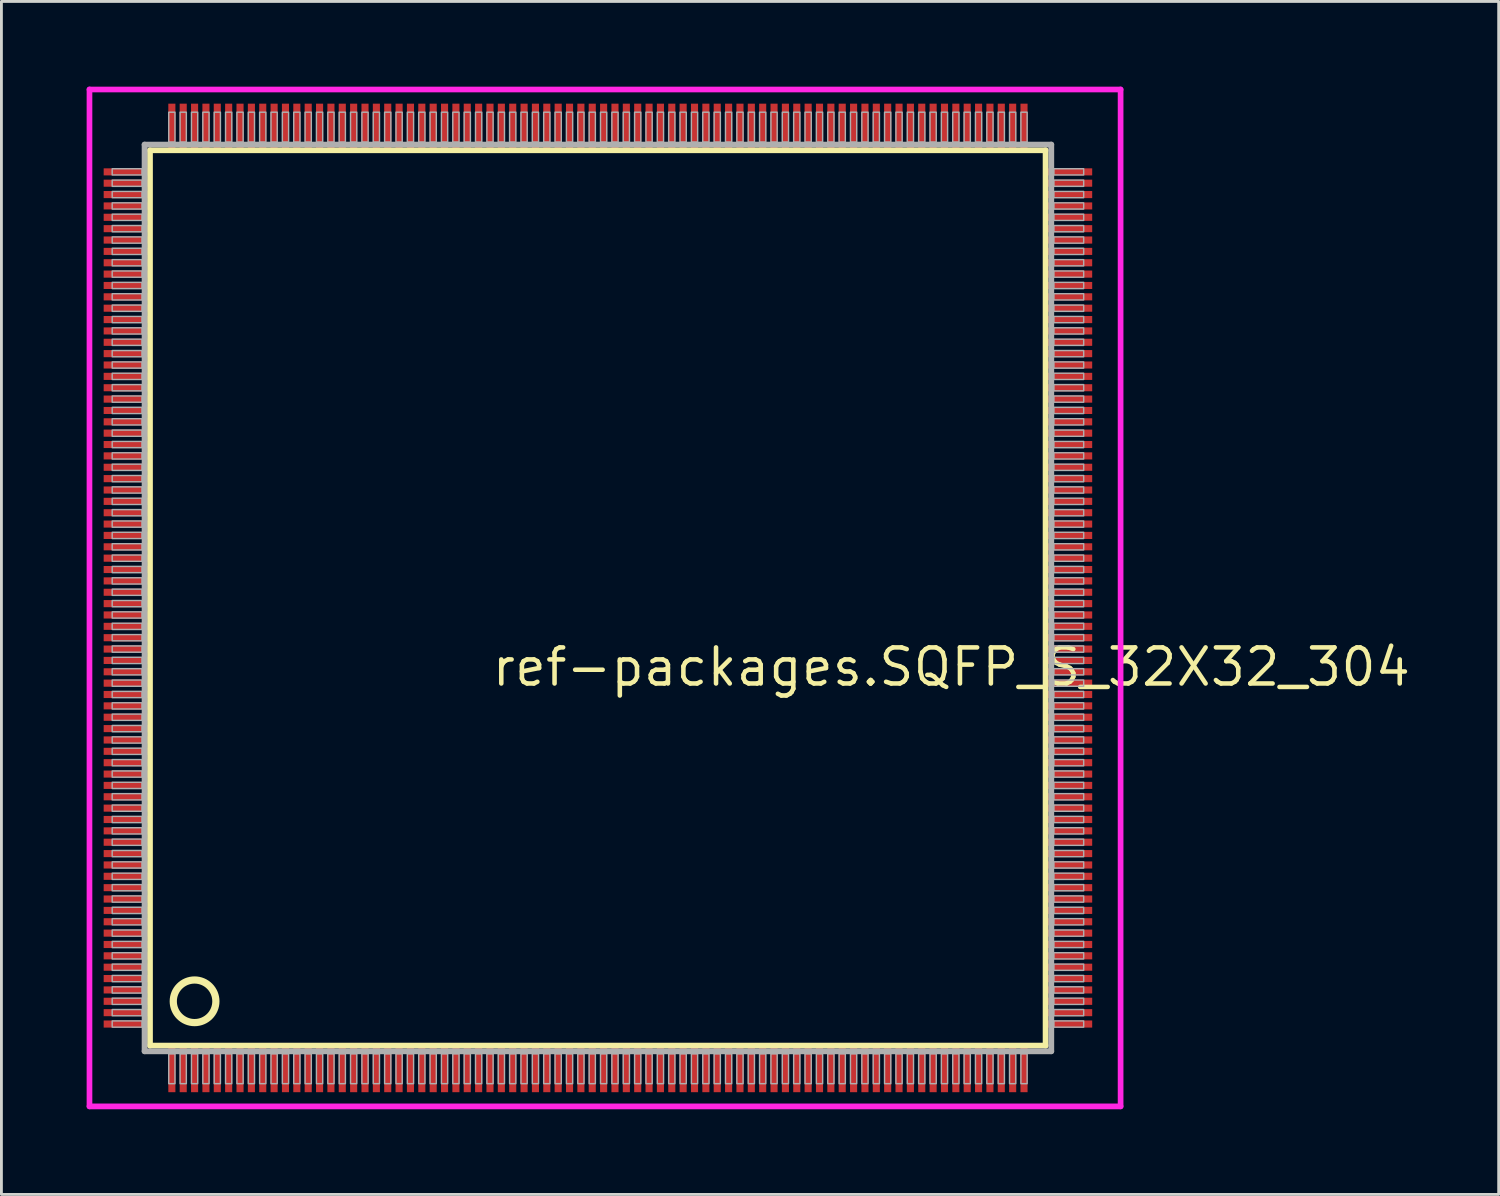
<source format=kicad_pcb>
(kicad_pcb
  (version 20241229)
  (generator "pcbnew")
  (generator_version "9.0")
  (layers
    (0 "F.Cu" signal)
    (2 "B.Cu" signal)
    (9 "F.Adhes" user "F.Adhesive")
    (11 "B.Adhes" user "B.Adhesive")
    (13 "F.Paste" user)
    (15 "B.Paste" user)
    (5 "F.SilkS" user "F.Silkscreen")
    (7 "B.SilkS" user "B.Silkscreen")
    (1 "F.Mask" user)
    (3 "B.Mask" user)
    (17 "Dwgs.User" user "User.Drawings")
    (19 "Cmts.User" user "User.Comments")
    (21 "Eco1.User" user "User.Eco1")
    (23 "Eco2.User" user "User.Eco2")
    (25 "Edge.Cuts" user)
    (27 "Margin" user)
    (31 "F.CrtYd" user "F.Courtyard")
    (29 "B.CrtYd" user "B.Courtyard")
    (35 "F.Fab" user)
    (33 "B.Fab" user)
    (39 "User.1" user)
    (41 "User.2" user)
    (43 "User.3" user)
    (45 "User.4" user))
  (footprint "ref-packages.SQFP_S_32X32_304"
    (layer "F.Cu")
    (at 18 18)
    (property "Reference" "ref-packages.SQFP_S_32X32_304" (at -3.81 3.175 0) (layer "F.SilkS") (effects (font (size 1.27 1.27) (thickness 0.16)) (justify left bottom)))
    (attr smd)
    (fp_line (start -15.77 -15.76) (end 15.76 -15.76) (stroke (width 0.203) (type default)) (layer "F.SilkS"))
    (fp_line (start -15.77 15.76) (end -15.77 -15.76) (stroke (width 0.203) (type default)) (layer "F.SilkS"))
    (fp_line (start 15.76 -15.76) (end 15.76 15.76) (stroke (width 0.203) (type default)) (layer "F.SilkS"))
    (fp_line (start 15.76 15.76) (end -15.77 15.76) (stroke (width 0.203) (type default)) (layer "F.SilkS"))
    (fp_circle (center -14.2 14.2) (end -13.45 14.2) (stroke (width 0.254) (type default)) (fill no) (layer "F.SilkS"))
    (fp_line (start -17.9 -17.9) (end 18.4 -17.9) (stroke (width 0.2) (type default)) (layer "F.CrtYd"))
    (fp_line (start -17.9 17.9) (end -17.9 -17.9) (stroke (width 0.2) (type default)) (layer "F.CrtYd"))
    (fp_line (start 18.4 -17.9) (end 18.4 17.9) (stroke (width 0.2) (type default)) (layer "F.CrtYd"))
    (fp_line (start 18.4 17.9) (end -17.9 17.9) (stroke (width 0.2) (type default)) (layer "F.CrtYd"))
    (fp_line (start -15.96 -15.96) (end -15.96 15.96) (stroke (width 0.203) (type default)) (layer "F.Fab"))
    (fp_line (start -15.96 15.96) (end 15.96 15.96) (stroke (width 0.203) (type default)) (layer "F.Fab"))
    (fp_line (start 15.96 -15.96) (end -15.96 -15.96) (stroke (width 0.203) (type default)) (layer "F.Fab"))
    (fp_line (start 15.96 15.96) (end 15.96 -15.96) (stroke (width 0.203) (type default)) (layer "F.Fab"))
    (fp_rect (start -17.1 -14.89) (end -16.05 -15.11) (stroke (width 0.05) (type default)) (fill no) (layer "F.Fab"))
    (fp_rect (start -17.1 -14.49) (end -16.05 -14.71) (stroke (width 0.05) (type default)) (fill no) (layer "F.Fab"))
    (fp_rect (start -17.1 -14.09) (end -16.05 -14.31) (stroke (width 0.05) (type default)) (fill no) (layer "F.Fab"))
    (fp_rect (start -17.1 -13.69) (end -16.05 -13.91) (stroke (width 0.05) (type default)) (fill no) (layer "F.Fab"))
    (fp_rect (start -17.1 -13.29) (end -16.05 -13.51) (stroke (width 0.05) (type default)) (fill no) (layer "F.Fab"))
    (fp_rect (start -17.1 -12.89) (end -16.05 -13.11) (stroke (width 0.05) (type default)) (fill no) (layer "F.Fab"))
    (fp_rect (start -17.1 -12.49) (end -16.05 -12.71) (stroke (width 0.05) (type default)) (fill no) (layer "F.Fab"))
    (fp_rect (start -17.1 -12.09) (end -16.05 -12.31) (stroke (width 0.05) (type default)) (fill no) (layer "F.Fab"))
    (fp_rect (start -17.1 -11.69) (end -16.05 -11.91) (stroke (width 0.05) (type default)) (fill no) (layer "F.Fab"))
    (fp_rect (start -17.1 -11.29) (end -16.05 -11.51) (stroke (width 0.05) (type default)) (fill no) (layer "F.Fab"))
    (fp_rect (start -17.1 -10.89) (end -16.05 -11.11) (stroke (width 0.05) (type default)) (fill no) (layer "F.Fab"))
    (fp_rect (start -17.1 -10.49) (end -16.05 -10.71) (stroke (width 0.05) (type default)) (fill no) (layer "F.Fab"))
    (fp_rect (start -17.1 -10.09) (end -16.05 -10.31) (stroke (width 0.05) (type default)) (fill no) (layer "F.Fab"))
    (fp_rect (start -17.1 -9.69) (end -16.05 -9.91) (stroke (width 0.05) (type default)) (fill no) (layer "F.Fab"))
    (fp_rect (start -17.1 -9.29) (end -16.05 -9.51) (stroke (width 0.05) (type default)) (fill no) (layer "F.Fab"))
    (fp_rect (start -17.1 -8.89) (end -16.05 -9.11) (stroke (width 0.05) (type default)) (fill no) (layer "F.Fab"))
    (fp_rect (start -17.1 -8.49) (end -16.05 -8.71) (stroke (width 0.05) (type default)) (fill no) (layer "F.Fab"))
    (fp_rect (start -17.1 -8.09) (end -16.05 -8.31) (stroke (width 0.05) (type default)) (fill no) (layer "F.Fab"))
    (fp_rect (start -17.1 -7.69) (end -16.05 -7.91) (stroke (width 0.05) (type default)) (fill no) (layer "F.Fab"))
    (fp_rect (start -17.1 -7.29) (end -16.05 -7.51) (stroke (width 0.05) (type default)) (fill no) (layer "F.Fab"))
    (fp_rect (start -17.1 -6.89) (end -16.05 -7.11) (stroke (width 0.05) (type default)) (fill no) (layer "F.Fab"))
    (fp_rect (start -17.1 -6.49) (end -16.05 -6.71) (stroke (width 0.05) (type default)) (fill no) (layer "F.Fab"))
    (fp_rect (start -17.1 -6.09) (end -16.05 -6.31) (stroke (width 0.05) (type default)) (fill no) (layer "F.Fab"))
    (fp_rect (start -17.1 -5.69) (end -16.05 -5.91) (stroke (width 0.05) (type default)) (fill no) (layer "F.Fab"))
    (fp_rect (start -17.1 -5.29) (end -16.05 -5.51) (stroke (width 0.05) (type default)) (fill no) (layer "F.Fab"))
    (fp_rect (start -17.1 -4.89) (end -16.05 -5.11) (stroke (width 0.05) (type default)) (fill no) (layer "F.Fab"))
    (fp_rect (start -17.1 -4.49) (end -16.05 -4.71) (stroke (width 0.05) (type default)) (fill no) (layer "F.Fab"))
    (fp_rect (start -17.1 -4.09) (end -16.05 -4.31) (stroke (width 0.05) (type default)) (fill no) (layer "F.Fab"))
    (fp_rect (start -17.1 -3.69) (end -16.05 -3.91) (stroke (width 0.05) (type default)) (fill no) (layer "F.Fab"))
    (fp_rect (start -17.1 -3.29) (end -16.05 -3.51) (stroke (width 0.05) (type default)) (fill no) (layer "F.Fab"))
    (fp_rect (start -17.1 -2.89) (end -16.05 -3.11) (stroke (width 0.05) (type default)) (fill no) (layer "F.Fab"))
    (fp_rect (start -17.1 -2.49) (end -16.05 -2.71) (stroke (width 0.05) (type default)) (fill no) (layer "F.Fab"))
    (fp_rect (start -17.1 -2.09) (end -16.05 -2.31) (stroke (width 0.05) (type default)) (fill no) (layer "F.Fab"))
    (fp_rect (start -17.1 -1.69) (end -16.05 -1.91) (stroke (width 0.05) (type default)) (fill no) (layer "F.Fab"))
    (fp_rect (start -17.1 -1.29) (end -16.05 -1.51) (stroke (width 0.05) (type default)) (fill no) (layer "F.Fab"))
    (fp_rect (start -17.1 -0.89) (end -16.05 -1.11) (stroke (width 0.05) (type default)) (fill no) (layer "F.Fab"))
    (fp_rect (start -17.1 -0.49) (end -16.05 -0.71) (stroke (width 0.05) (type default)) (fill no) (layer "F.Fab"))
    (fp_rect (start -17.1 -0.09) (end -16.05 -0.31) (stroke (width 0.05) (type default)) (fill no) (layer "F.Fab"))
    (fp_rect (start -17.1 0.31) (end -16.05 0.09) (stroke (width 0.05) (type default)) (fill no) (layer "F.Fab"))
    (fp_rect (start -17.1 0.71) (end -16.05 0.49) (stroke (width 0.05) (type default)) (fill no) (layer "F.Fab"))
    (fp_rect (start -17.1 1.11) (end -16.05 0.89) (stroke (width 0.05) (type default)) (fill no) (layer "F.Fab"))
    (fp_rect (start -17.1 1.51) (end -16.05 1.29) (stroke (width 0.05) (type default)) (fill no) (layer "F.Fab"))
    (fp_rect (start -17.1 1.91) (end -16.05 1.69) (stroke (width 0.05) (type default)) (fill no) (layer "F.Fab"))
    (fp_rect (start -17.1 2.31) (end -16.05 2.09) (stroke (width 0.05) (type default)) (fill no) (layer "F.Fab"))
    (fp_rect (start -17.1 2.71) (end -16.05 2.49) (stroke (width 0.05) (type default)) (fill no) (layer "F.Fab"))
    (fp_rect (start -17.1 3.11) (end -16.05 2.89) (stroke (width 0.05) (type default)) (fill no) (layer "F.Fab"))
    (fp_rect (start -17.1 3.51) (end -16.05 3.29) (stroke (width 0.05) (type default)) (fill no) (layer "F.Fab"))
    (fp_rect (start -17.1 3.91) (end -16.05 3.69) (stroke (width 0.05) (type default)) (fill no) (layer "F.Fab"))
    (fp_rect (start -17.1 4.31) (end -16.05 4.09) (stroke (width 0.05) (type default)) (fill no) (layer "F.Fab"))
    (fp_rect (start -17.1 4.71) (end -16.05 4.49) (stroke (width 0.05) (type default)) (fill no) (layer "F.Fab"))
    (fp_rect (start -17.1 5.11) (end -16.05 4.89) (stroke (width 0.05) (type default)) (fill no) (layer "F.Fab"))
    (fp_rect (start -17.1 5.51) (end -16.05 5.29) (stroke (width 0.05) (type default)) (fill no) (layer "F.Fab"))
    (fp_rect (start -17.1 5.91) (end -16.05 5.69) (stroke (width 0.05) (type default)) (fill no) (layer "F.Fab"))
    (fp_rect (start -17.1 6.31) (end -16.05 6.09) (stroke (width 0.05) (type default)) (fill no) (layer "F.Fab"))
    (fp_rect (start -17.1 6.71) (end -16.05 6.49) (stroke (width 0.05) (type default)) (fill no) (layer "F.Fab"))
    (fp_rect (start -17.1 7.11) (end -16.05 6.89) (stroke (width 0.05) (type default)) (fill no) (layer "F.Fab"))
    (fp_rect (start -17.1 7.51) (end -16.05 7.29) (stroke (width 0.05) (type default)) (fill no) (layer "F.Fab"))
    (fp_rect (start -17.1 7.91) (end -16.05 7.69) (stroke (width 0.05) (type default)) (fill no) (layer "F.Fab"))
    (fp_rect (start -17.1 8.31) (end -16.05 8.09) (stroke (width 0.05) (type default)) (fill no) (layer "F.Fab"))
    (fp_rect (start -17.1 8.71) (end -16.05 8.49) (stroke (width 0.05) (type default)) (fill no) (layer "F.Fab"))
    (fp_rect (start -17.1 9.11) (end -16.05 8.89) (stroke (width 0.05) (type default)) (fill no) (layer "F.Fab"))
    (fp_rect (start -17.1 9.51) (end -16.05 9.29) (stroke (width 0.05) (type default)) (fill no) (layer "F.Fab"))
    (fp_rect (start -17.1 9.91) (end -16.05 9.69) (stroke (width 0.05) (type default)) (fill no) (layer "F.Fab"))
    (fp_rect (start -17.1 10.31) (end -16.05 10.09) (stroke (width 0.05) (type default)) (fill no) (layer "F.Fab"))
    (fp_rect (start -17.1 10.71) (end -16.05 10.49) (stroke (width 0.05) (type default)) (fill no) (layer "F.Fab"))
    (fp_rect (start -17.1 11.11) (end -16.05 10.89) (stroke (width 0.05) (type default)) (fill no) (layer "F.Fab"))
    (fp_rect (start -17.1 11.51) (end -16.05 11.29) (stroke (width 0.05) (type default)) (fill no) (layer "F.Fab"))
    (fp_rect (start -17.1 11.91) (end -16.05 11.69) (stroke (width 0.05) (type default)) (fill no) (layer "F.Fab"))
    (fp_rect (start -17.1 12.31) (end -16.05 12.09) (stroke (width 0.05) (type default)) (fill no) (layer "F.Fab"))
    (fp_rect (start -17.1 12.71) (end -16.05 12.49) (stroke (width 0.05) (type default)) (fill no) (layer "F.Fab"))
    (fp_rect (start -17.1 13.11) (end -16.05 12.89) (stroke (width 0.05) (type default)) (fill no) (layer "F.Fab"))
    (fp_rect (start -17.1 13.51) (end -16.05 13.29) (stroke (width 0.05) (type default)) (fill no) (layer "F.Fab"))
    (fp_rect (start -17.1 13.91) (end -16.05 13.69) (stroke (width 0.05) (type default)) (fill no) (layer "F.Fab"))
    (fp_rect (start -17.1 14.31) (end -16.05 14.09) (stroke (width 0.05) (type default)) (fill no) (layer "F.Fab"))
    (fp_rect (start -17.1 14.71) (end -16.05 14.49) (stroke (width 0.05) (type default)) (fill no) (layer "F.Fab"))
    (fp_rect (start -17.1 15.11) (end -16.05 14.89) (stroke (width 0.05) (type default)) (fill no) (layer "F.Fab"))
    (fp_rect (start -15.11 -16.05) (end -14.89 -17.1) (stroke (width 0.05) (type default)) (fill no) (layer "F.Fab"))
    (fp_rect (start -15.11 17.1) (end -14.89 16.05) (stroke (width 0.05) (type default)) (fill no) (layer "F.Fab"))
    (fp_rect (start -14.71 -16.05) (end -14.49 -17.1) (stroke (width 0.05) (type default)) (fill no) (layer "F.Fab"))
    (fp_rect (start -14.71 17.1) (end -14.49 16.05) (stroke (width 0.05) (type default)) (fill no) (layer "F.Fab"))
    (fp_rect (start -14.31 -16.05) (end -14.09 -17.1) (stroke (width 0.05) (type default)) (fill no) (layer "F.Fab"))
    (fp_rect (start -14.31 17.1) (end -14.09 16.05) (stroke (width 0.05) (type default)) (fill no) (layer "F.Fab"))
    (fp_rect (start -13.91 -16.05) (end -13.69 -17.1) (stroke (width 0.05) (type default)) (fill no) (layer "F.Fab"))
    (fp_rect (start -13.91 17.1) (end -13.69 16.05) (stroke (width 0.05) (type default)) (fill no) (layer "F.Fab"))
    (fp_rect (start -13.51 -16.05) (end -13.29 -17.1) (stroke (width 0.05) (type default)) (fill no) (layer "F.Fab"))
    (fp_rect (start -13.51 17.1) (end -13.29 16.05) (stroke (width 0.05) (type default)) (fill no) (layer "F.Fab"))
    (fp_rect (start -13.11 -16.05) (end -12.89 -17.1) (stroke (width 0.05) (type default)) (fill no) (layer "F.Fab"))
    (fp_rect (start -13.11 17.1) (end -12.89 16.05) (stroke (width 0.05) (type default)) (fill no) (layer "F.Fab"))
    (fp_rect (start -12.71 -16.05) (end -12.49 -17.1) (stroke (width 0.05) (type default)) (fill no) (layer "F.Fab"))
    (fp_rect (start -12.71 17.1) (end -12.49 16.05) (stroke (width 0.05) (type default)) (fill no) (layer "F.Fab"))
    (fp_rect (start -12.31 -16.05) (end -12.09 -17.1) (stroke (width 0.05) (type default)) (fill no) (layer "F.Fab"))
    (fp_rect (start -12.31 17.1) (end -12.09 16.05) (stroke (width 0.05) (type default)) (fill no) (layer "F.Fab"))
    (fp_rect (start -11.91 -16.05) (end -11.69 -17.1) (stroke (width 0.05) (type default)) (fill no) (layer "F.Fab"))
    (fp_rect (start -11.91 17.1) (end -11.69 16.05) (stroke (width 0.05) (type default)) (fill no) (layer "F.Fab"))
    (fp_rect (start -11.51 -16.05) (end -11.29 -17.1) (stroke (width 0.05) (type default)) (fill no) (layer "F.Fab"))
    (fp_rect (start -11.51 17.1) (end -11.29 16.05) (stroke (width 0.05) (type default)) (fill no) (layer "F.Fab"))
    (fp_rect (start -11.11 -16.05) (end -10.89 -17.1) (stroke (width 0.05) (type default)) (fill no) (layer "F.Fab"))
    (fp_rect (start -11.11 17.1) (end -10.89 16.05) (stroke (width 0.05) (type default)) (fill no) (layer "F.Fab"))
    (fp_rect (start -10.71 -16.05) (end -10.49 -17.1) (stroke (width 0.05) (type default)) (fill no) (layer "F.Fab"))
    (fp_rect (start -10.71 17.1) (end -10.49 16.05) (stroke (width 0.05) (type default)) (fill no) (layer "F.Fab"))
    (fp_rect (start -10.31 -16.05) (end -10.09 -17.1) (stroke (width 0.05) (type default)) (fill no) (layer "F.Fab"))
    (fp_rect (start -10.31 17.1) (end -10.09 16.05) (stroke (width 0.05) (type default)) (fill no) (layer "F.Fab"))
    (fp_rect (start -9.91 -16.05) (end -9.69 -17.1) (stroke (width 0.05) (type default)) (fill no) (layer "F.Fab"))
    (fp_rect (start -9.91 17.1) (end -9.69 16.05) (stroke (width 0.05) (type default)) (fill no) (layer "F.Fab"))
    (fp_rect (start -9.51 -16.05) (end -9.29 -17.1) (stroke (width 0.05) (type default)) (fill no) (layer "F.Fab"))
    (fp_rect (start -9.51 17.1) (end -9.29 16.05) (stroke (width 0.05) (type default)) (fill no) (layer "F.Fab"))
    (fp_rect (start -9.11 -16.05) (end -8.89 -17.1) (stroke (width 0.05) (type default)) (fill no) (layer "F.Fab"))
    (fp_rect (start -9.11 17.1) (end -8.89 16.05) (stroke (width 0.05) (type default)) (fill no) (layer "F.Fab"))
    (fp_rect (start -8.71 -16.05) (end -8.49 -17.1) (stroke (width 0.05) (type default)) (fill no) (layer "F.Fab"))
    (fp_rect (start -8.71 17.1) (end -8.49 16.05) (stroke (width 0.05) (type default)) (fill no) (layer "F.Fab"))
    (fp_rect (start -8.31 -16.05) (end -8.09 -17.1) (stroke (width 0.05) (type default)) (fill no) (layer "F.Fab"))
    (fp_rect (start -8.31 17.1) (end -8.09 16.05) (stroke (width 0.05) (type default)) (fill no) (layer "F.Fab"))
    (fp_rect (start -7.91 -16.05) (end -7.69 -17.1) (stroke (width 0.05) (type default)) (fill no) (layer "F.Fab"))
    (fp_rect (start -7.91 17.1) (end -7.69 16.05) (stroke (width 0.05) (type default)) (fill no) (layer "F.Fab"))
    (fp_rect (start -7.51 -16.05) (end -7.29 -17.1) (stroke (width 0.05) (type default)) (fill no) (layer "F.Fab"))
    (fp_rect (start -7.51 17.1) (end -7.29 16.05) (stroke (width 0.05) (type default)) (fill no) (layer "F.Fab"))
    (fp_rect (start -7.11 -16.05) (end -6.89 -17.1) (stroke (width 0.05) (type default)) (fill no) (layer "F.Fab"))
    (fp_rect (start -7.11 17.1) (end -6.89 16.05) (stroke (width 0.05) (type default)) (fill no) (layer "F.Fab"))
    (fp_rect (start -6.71 -16.05) (end -6.49 -17.1) (stroke (width 0.05) (type default)) (fill no) (layer "F.Fab"))
    (fp_rect (start -6.71 17.1) (end -6.49 16.05) (stroke (width 0.05) (type default)) (fill no) (layer "F.Fab"))
    (fp_rect (start -6.31 -16.05) (end -6.09 -17.1) (stroke (width 0.05) (type default)) (fill no) (layer "F.Fab"))
    (fp_rect (start -6.31 17.1) (end -6.09 16.05) (stroke (width 0.05) (type default)) (fill no) (layer "F.Fab"))
    (fp_rect (start -5.91 -16.05) (end -5.69 -17.1) (stroke (width 0.05) (type default)) (fill no) (layer "F.Fab"))
    (fp_rect (start -5.91 17.1) (end -5.69 16.05) (stroke (width 0.05) (type default)) (fill no) (layer "F.Fab"))
    (fp_rect (start -5.51 -16.05) (end -5.29 -17.1) (stroke (width 0.05) (type default)) (fill no) (layer "F.Fab"))
    (fp_rect (start -5.51 17.1) (end -5.29 16.05) (stroke (width 0.05) (type default)) (fill no) (layer "F.Fab"))
    (fp_rect (start -5.11 -16.05) (end -4.89 -17.1) (stroke (width 0.05) (type default)) (fill no) (layer "F.Fab"))
    (fp_rect (start -5.11 17.1) (end -4.89 16.05) (stroke (width 0.05) (type default)) (fill no) (layer "F.Fab"))
    (fp_rect (start -4.71 -16.05) (end -4.49 -17.1) (stroke (width 0.05) (type default)) (fill no) (layer "F.Fab"))
    (fp_rect (start -4.71 17.1) (end -4.49 16.05) (stroke (width 0.05) (type default)) (fill no) (layer "F.Fab"))
    (fp_rect (start -4.31 -16.05) (end -4.09 -17.1) (stroke (width 0.05) (type default)) (fill no) (layer "F.Fab"))
    (fp_rect (start -4.31 17.1) (end -4.09 16.05) (stroke (width 0.05) (type default)) (fill no) (layer "F.Fab"))
    (fp_rect (start -3.91 -16.05) (end -3.69 -17.1) (stroke (width 0.05) (type default)) (fill no) (layer "F.Fab"))
    (fp_rect (start -3.91 17.1) (end -3.69 16.05) (stroke (width 0.05) (type default)) (fill no) (layer "F.Fab"))
    (fp_rect (start -3.51 -16.05) (end -3.29 -17.1) (stroke (width 0.05) (type default)) (fill no) (layer "F.Fab"))
    (fp_rect (start -3.51 17.1) (end -3.29 16.05) (stroke (width 0.05) (type default)) (fill no) (layer "F.Fab"))
    (fp_rect (start -3.11 -16.05) (end -2.89 -17.1) (stroke (width 0.05) (type default)) (fill no) (layer "F.Fab"))
    (fp_rect (start -3.11 17.1) (end -2.89 16.05) (stroke (width 0.05) (type default)) (fill no) (layer "F.Fab"))
    (fp_rect (start -2.71 -16.05) (end -2.49 -17.1) (stroke (width 0.05) (type default)) (fill no) (layer "F.Fab"))
    (fp_rect (start -2.71 17.1) (end -2.49 16.05) (stroke (width 0.05) (type default)) (fill no) (layer "F.Fab"))
    (fp_rect (start -2.31 -16.05) (end -2.09 -17.1) (stroke (width 0.05) (type default)) (fill no) (layer "F.Fab"))
    (fp_rect (start -2.31 17.1) (end -2.09 16.05) (stroke (width 0.05) (type default)) (fill no) (layer "F.Fab"))
    (fp_rect (start -1.91 -16.05) (end -1.69 -17.1) (stroke (width 0.05) (type default)) (fill no) (layer "F.Fab"))
    (fp_rect (start -1.91 17.1) (end -1.69 16.05) (stroke (width 0.05) (type default)) (fill no) (layer "F.Fab"))
    (fp_rect (start -1.51 -16.05) (end -1.29 -17.1) (stroke (width 0.05) (type default)) (fill no) (layer "F.Fab"))
    (fp_rect (start -1.51 17.1) (end -1.29 16.05) (stroke (width 0.05) (type default)) (fill no) (layer "F.Fab"))
    (fp_rect (start -1.11 -16.05) (end -0.89 -17.1) (stroke (width 0.05) (type default)) (fill no) (layer "F.Fab"))
    (fp_rect (start -1.11 17.1) (end -0.89 16.05) (stroke (width 0.05) (type default)) (fill no) (layer "F.Fab"))
    (fp_rect (start -0.71 -16.05) (end -0.49 -17.1) (stroke (width 0.05) (type default)) (fill no) (layer "F.Fab"))
    (fp_rect (start -0.71 17.1) (end -0.49 16.05) (stroke (width 0.05) (type default)) (fill no) (layer "F.Fab"))
    (fp_rect (start -0.31 -16.05) (end -0.09 -17.1) (stroke (width 0.05) (type default)) (fill no) (layer "F.Fab"))
    (fp_rect (start -0.31 17.1) (end -0.09 16.05) (stroke (width 0.05) (type default)) (fill no) (layer "F.Fab"))
    (fp_rect (start 0.09 -16.05) (end 0.31 -17.1) (stroke (width 0.05) (type default)) (fill no) (layer "F.Fab"))
    (fp_rect (start 0.09 17.1) (end 0.31 16.05) (stroke (width 0.05) (type default)) (fill no) (layer "F.Fab"))
    (fp_rect (start 0.49 -16.05) (end 0.71 -17.1) (stroke (width 0.05) (type default)) (fill no) (layer "F.Fab"))
    (fp_rect (start 0.49 17.1) (end 0.71 16.05) (stroke (width 0.05) (type default)) (fill no) (layer "F.Fab"))
    (fp_rect (start 0.89 -16.05) (end 1.11 -17.1) (stroke (width 0.05) (type default)) (fill no) (layer "F.Fab"))
    (fp_rect (start 0.89 17.1) (end 1.11 16.05) (stroke (width 0.05) (type default)) (fill no) (layer "F.Fab"))
    (fp_rect (start 1.29 -16.05) (end 1.51 -17.1) (stroke (width 0.05) (type default)) (fill no) (layer "F.Fab"))
    (fp_rect (start 1.29 17.1) (end 1.51 16.05) (stroke (width 0.05) (type default)) (fill no) (layer "F.Fab"))
    (fp_rect (start 1.69 -16.05) (end 1.91 -17.1) (stroke (width 0.05) (type default)) (fill no) (layer "F.Fab"))
    (fp_rect (start 1.69 17.1) (end 1.91 16.05) (stroke (width 0.05) (type default)) (fill no) (layer "F.Fab"))
    (fp_rect (start 2.09 -16.05) (end 2.31 -17.1) (stroke (width 0.05) (type default)) (fill no) (layer "F.Fab"))
    (fp_rect (start 2.09 17.1) (end 2.31 16.05) (stroke (width 0.05) (type default)) (fill no) (layer "F.Fab"))
    (fp_rect (start 2.49 -16.05) (end 2.71 -17.1) (stroke (width 0.05) (type default)) (fill no) (layer "F.Fab"))
    (fp_rect (start 2.49 17.1) (end 2.71 16.05) (stroke (width 0.05) (type default)) (fill no) (layer "F.Fab"))
    (fp_rect (start 2.89 -16.05) (end 3.11 -17.1) (stroke (width 0.05) (type default)) (fill no) (layer "F.Fab"))
    (fp_rect (start 2.89 17.1) (end 3.11 16.05) (stroke (width 0.05) (type default)) (fill no) (layer "F.Fab"))
    (fp_rect (start 3.29 -16.05) (end 3.51 -17.1) (stroke (width 0.05) (type default)) (fill no) (layer "F.Fab"))
    (fp_rect (start 3.29 17.1) (end 3.51 16.05) (stroke (width 0.05) (type default)) (fill no) (layer "F.Fab"))
    (fp_rect (start 3.69 -16.05) (end 3.91 -17.1) (stroke (width 0.05) (type default)) (fill no) (layer "F.Fab"))
    (fp_rect (start 3.69 17.1) (end 3.91 16.05) (stroke (width 0.05) (type default)) (fill no) (layer "F.Fab"))
    (fp_rect (start 4.09 -16.05) (end 4.31 -17.1) (stroke (width 0.05) (type default)) (fill no) (layer "F.Fab"))
    (fp_rect (start 4.09 17.1) (end 4.31 16.05) (stroke (width 0.05) (type default)) (fill no) (layer "F.Fab"))
    (fp_rect (start 4.49 -16.05) (end 4.71 -17.1) (stroke (width 0.05) (type default)) (fill no) (layer "F.Fab"))
    (fp_rect (start 4.49 17.1) (end 4.71 16.05) (stroke (width 0.05) (type default)) (fill no) (layer "F.Fab"))
    (fp_rect (start 4.89 -16.05) (end 5.11 -17.1) (stroke (width 0.05) (type default)) (fill no) (layer "F.Fab"))
    (fp_rect (start 4.89 17.1) (end 5.11 16.05) (stroke (width 0.05) (type default)) (fill no) (layer "F.Fab"))
    (fp_rect (start 5.29 -16.05) (end 5.51 -17.1) (stroke (width 0.05) (type default)) (fill no) (layer "F.Fab"))
    (fp_rect (start 5.29 17.1) (end 5.51 16.05) (stroke (width 0.05) (type default)) (fill no) (layer "F.Fab"))
    (fp_rect (start 5.69 -16.05) (end 5.91 -17.1) (stroke (width 0.05) (type default)) (fill no) (layer "F.Fab"))
    (fp_rect (start 5.69 17.1) (end 5.91 16.05) (stroke (width 0.05) (type default)) (fill no) (layer "F.Fab"))
    (fp_rect (start 6.09 -16.05) (end 6.31 -17.1) (stroke (width 0.05) (type default)) (fill no) (layer "F.Fab"))
    (fp_rect (start 6.09 17.1) (end 6.31 16.05) (stroke (width 0.05) (type default)) (fill no) (layer "F.Fab"))
    (fp_rect (start 6.49 -16.05) (end 6.71 -17.1) (stroke (width 0.05) (type default)) (fill no) (layer "F.Fab"))
    (fp_rect (start 6.49 17.1) (end 6.71 16.05) (stroke (width 0.05) (type default)) (fill no) (layer "F.Fab"))
    (fp_rect (start 6.89 -16.05) (end 7.11 -17.1) (stroke (width 0.05) (type default)) (fill no) (layer "F.Fab"))
    (fp_rect (start 6.89 17.1) (end 7.11 16.05) (stroke (width 0.05) (type default)) (fill no) (layer "F.Fab"))
    (fp_rect (start 7.29 -16.05) (end 7.51 -17.1) (stroke (width 0.05) (type default)) (fill no) (layer "F.Fab"))
    (fp_rect (start 7.29 17.1) (end 7.51 16.05) (stroke (width 0.05) (type default)) (fill no) (layer "F.Fab"))
    (fp_rect (start 7.69 -16.05) (end 7.91 -17.1) (stroke (width 0.05) (type default)) (fill no) (layer "F.Fab"))
    (fp_rect (start 7.69 17.1) (end 7.91 16.05) (stroke (width 0.05) (type default)) (fill no) (layer "F.Fab"))
    (fp_rect (start 8.09 -16.05) (end 8.31 -17.1) (stroke (width 0.05) (type default)) (fill no) (layer "F.Fab"))
    (fp_rect (start 8.09 17.1) (end 8.31 16.05) (stroke (width 0.05) (type default)) (fill no) (layer "F.Fab"))
    (fp_rect (start 8.49 -16.05) (end 8.71 -17.1) (stroke (width 0.05) (type default)) (fill no) (layer "F.Fab"))
    (fp_rect (start 8.49 17.1) (end 8.71 16.05) (stroke (width 0.05) (type default)) (fill no) (layer "F.Fab"))
    (fp_rect (start 8.89 -16.05) (end 9.11 -17.1) (stroke (width 0.05) (type default)) (fill no) (layer "F.Fab"))
    (fp_rect (start 8.89 17.1) (end 9.11 16.05) (stroke (width 0.05) (type default)) (fill no) (layer "F.Fab"))
    (fp_rect (start 9.29 -16.05) (end 9.51 -17.1) (stroke (width 0.05) (type default)) (fill no) (layer "F.Fab"))
    (fp_rect (start 9.29 17.1) (end 9.51 16.05) (stroke (width 0.05) (type default)) (fill no) (layer "F.Fab"))
    (fp_rect (start 9.69 -16.05) (end 9.91 -17.1) (stroke (width 0.05) (type default)) (fill no) (layer "F.Fab"))
    (fp_rect (start 9.69 17.1) (end 9.91 16.05) (stroke (width 0.05) (type default)) (fill no) (layer "F.Fab"))
    (fp_rect (start 10.09 -16.05) (end 10.31 -17.1) (stroke (width 0.05) (type default)) (fill no) (layer "F.Fab"))
    (fp_rect (start 10.09 17.1) (end 10.31 16.05) (stroke (width 0.05) (type default)) (fill no) (layer "F.Fab"))
    (fp_rect (start 10.49 -16.05) (end 10.71 -17.1) (stroke (width 0.05) (type default)) (fill no) (layer "F.Fab"))
    (fp_rect (start 10.49 17.1) (end 10.71 16.05) (stroke (width 0.05) (type default)) (fill no) (layer "F.Fab"))
    (fp_rect (start 10.89 -16.05) (end 11.11 -17.1) (stroke (width 0.05) (type default)) (fill no) (layer "F.Fab"))
    (fp_rect (start 10.89 17.1) (end 11.11 16.05) (stroke (width 0.05) (type default)) (fill no) (layer "F.Fab"))
    (fp_rect (start 11.29 -16.05) (end 11.51 -17.1) (stroke (width 0.05) (type default)) (fill no) (layer "F.Fab"))
    (fp_rect (start 11.29 17.1) (end 11.51 16.05) (stroke (width 0.05) (type default)) (fill no) (layer "F.Fab"))
    (fp_rect (start 11.69 -16.05) (end 11.91 -17.1) (stroke (width 0.05) (type default)) (fill no) (layer "F.Fab"))
    (fp_rect (start 11.69 17.1) (end 11.91 16.05) (stroke (width 0.05) (type default)) (fill no) (layer "F.Fab"))
    (fp_rect (start 12.09 -16.05) (end 12.31 -17.1) (stroke (width 0.05) (type default)) (fill no) (layer "F.Fab"))
    (fp_rect (start 12.09 17.1) (end 12.31 16.05) (stroke (width 0.05) (type default)) (fill no) (layer "F.Fab"))
    (fp_rect (start 12.49 -16.05) (end 12.71 -17.1) (stroke (width 0.05) (type default)) (fill no) (layer "F.Fab"))
    (fp_rect (start 12.49 17.1) (end 12.71 16.05) (stroke (width 0.05) (type default)) (fill no) (layer "F.Fab"))
    (fp_rect (start 12.89 -16.05) (end 13.11 -17.1) (stroke (width 0.05) (type default)) (fill no) (layer "F.Fab"))
    (fp_rect (start 12.89 17.1) (end 13.11 16.05) (stroke (width 0.05) (type default)) (fill no) (layer "F.Fab"))
    (fp_rect (start 13.29 -16.05) (end 13.51 -17.1) (stroke (width 0.05) (type default)) (fill no) (layer "F.Fab"))
    (fp_rect (start 13.29 17.1) (end 13.51 16.05) (stroke (width 0.05) (type default)) (fill no) (layer "F.Fab"))
    (fp_rect (start 13.69 -16.05) (end 13.91 -17.1) (stroke (width 0.05) (type default)) (fill no) (layer "F.Fab"))
    (fp_rect (start 13.69 17.1) (end 13.91 16.05) (stroke (width 0.05) (type default)) (fill no) (layer "F.Fab"))
    (fp_rect (start 14.09 -16.05) (end 14.31 -17.1) (stroke (width 0.05) (type default)) (fill no) (layer "F.Fab"))
    (fp_rect (start 14.09 17.1) (end 14.31 16.05) (stroke (width 0.05) (type default)) (fill no) (layer "F.Fab"))
    (fp_rect (start 14.49 -16.05) (end 14.71 -17.1) (stroke (width 0.05) (type default)) (fill no) (layer "F.Fab"))
    (fp_rect (start 14.49 17.1) (end 14.71 16.05) (stroke (width 0.05) (type default)) (fill no) (layer "F.Fab"))
    (fp_rect (start 14.89 -16.05) (end 15.11 -17.1) (stroke (width 0.05) (type default)) (fill no) (layer "F.Fab"))
    (fp_rect (start 14.89 17.1) (end 15.11 16.05) (stroke (width 0.05) (type default)) (fill no) (layer "F.Fab"))
    (fp_rect (start 16.05 -14.89) (end 17.1 -15.11) (stroke (width 0.05) (type default)) (fill no) (layer "F.Fab"))
    (fp_rect (start 16.05 -14.49) (end 17.1 -14.71) (stroke (width 0.05) (type default)) (fill no) (layer "F.Fab"))
    (fp_rect (start 16.05 -14.09) (end 17.1 -14.31) (stroke (width 0.05) (type default)) (fill no) (layer "F.Fab"))
    (fp_rect (start 16.05 -13.69) (end 17.1 -13.91) (stroke (width 0.05) (type default)) (fill no) (layer "F.Fab"))
    (fp_rect (start 16.05 -13.29) (end 17.1 -13.51) (stroke (width 0.05) (type default)) (fill no) (layer "F.Fab"))
    (fp_rect (start 16.05 -12.89) (end 17.1 -13.11) (stroke (width 0.05) (type default)) (fill no) (layer "F.Fab"))
    (fp_rect (start 16.05 -12.49) (end 17.1 -12.71) (stroke (width 0.05) (type default)) (fill no) (layer "F.Fab"))
    (fp_rect (start 16.05 -12.09) (end 17.1 -12.31) (stroke (width 0.05) (type default)) (fill no) (layer "F.Fab"))
    (fp_rect (start 16.05 -11.69) (end 17.1 -11.91) (stroke (width 0.05) (type default)) (fill no) (layer "F.Fab"))
    (fp_rect (start 16.05 -11.29) (end 17.1 -11.51) (stroke (width 0.05) (type default)) (fill no) (layer "F.Fab"))
    (fp_rect (start 16.05 -10.89) (end 17.1 -11.11) (stroke (width 0.05) (type default)) (fill no) (layer "F.Fab"))
    (fp_rect (start 16.05 -10.49) (end 17.1 -10.71) (stroke (width 0.05) (type default)) (fill no) (layer "F.Fab"))
    (fp_rect (start 16.05 -10.09) (end 17.1 -10.31) (stroke (width 0.05) (type default)) (fill no) (layer "F.Fab"))
    (fp_rect (start 16.05 -9.69) (end 17.1 -9.91) (stroke (width 0.05) (type default)) (fill no) (layer "F.Fab"))
    (fp_rect (start 16.05 -9.29) (end 17.1 -9.51) (stroke (width 0.05) (type default)) (fill no) (layer "F.Fab"))
    (fp_rect (start 16.05 -8.89) (end 17.1 -9.11) (stroke (width 0.05) (type default)) (fill no) (layer "F.Fab"))
    (fp_rect (start 16.05 -8.49) (end 17.1 -8.71) (stroke (width 0.05) (type default)) (fill no) (layer "F.Fab"))
    (fp_rect (start 16.05 -8.09) (end 17.1 -8.31) (stroke (width 0.05) (type default)) (fill no) (layer "F.Fab"))
    (fp_rect (start 16.05 -7.69) (end 17.1 -7.91) (stroke (width 0.05) (type default)) (fill no) (layer "F.Fab"))
    (fp_rect (start 16.05 -7.29) (end 17.1 -7.51) (stroke (width 0.05) (type default)) (fill no) (layer "F.Fab"))
    (fp_rect (start 16.05 -6.89) (end 17.1 -7.11) (stroke (width 0.05) (type default)) (fill no) (layer "F.Fab"))
    (fp_rect (start 16.05 -6.49) (end 17.1 -6.71) (stroke (width 0.05) (type default)) (fill no) (layer "F.Fab"))
    (fp_rect (start 16.05 -6.09) (end 17.1 -6.31) (stroke (width 0.05) (type default)) (fill no) (layer "F.Fab"))
    (fp_rect (start 16.05 -5.69) (end 17.1 -5.91) (stroke (width 0.05) (type default)) (fill no) (layer "F.Fab"))
    (fp_rect (start 16.05 -5.29) (end 17.1 -5.51) (stroke (width 0.05) (type default)) (fill no) (layer "F.Fab"))
    (fp_rect (start 16.05 -4.89) (end 17.1 -5.11) (stroke (width 0.05) (type default)) (fill no) (layer "F.Fab"))
    (fp_rect (start 16.05 -4.49) (end 17.1 -4.71) (stroke (width 0.05) (type default)) (fill no) (layer "F.Fab"))
    (fp_rect (start 16.05 -4.09) (end 17.1 -4.31) (stroke (width 0.05) (type default)) (fill no) (layer "F.Fab"))
    (fp_rect (start 16.05 -3.69) (end 17.1 -3.91) (stroke (width 0.05) (type default)) (fill no) (layer "F.Fab"))
    (fp_rect (start 16.05 -3.29) (end 17.1 -3.51) (stroke (width 0.05) (type default)) (fill no) (layer "F.Fab"))
    (fp_rect (start 16.05 -2.89) (end 17.1 -3.11) (stroke (width 0.05) (type default)) (fill no) (layer "F.Fab"))
    (fp_rect (start 16.05 -2.49) (end 17.1 -2.71) (stroke (width 0.05) (type default)) (fill no) (layer "F.Fab"))
    (fp_rect (start 16.05 -2.09) (end 17.1 -2.31) (stroke (width 0.05) (type default)) (fill no) (layer "F.Fab"))
    (fp_rect (start 16.05 -1.69) (end 17.1 -1.91) (stroke (width 0.05) (type default)) (fill no) (layer "F.Fab"))
    (fp_rect (start 16.05 -1.29) (end 17.1 -1.51) (stroke (width 0.05) (type default)) (fill no) (layer "F.Fab"))
    (fp_rect (start 16.05 -0.89) (end 17.1 -1.11) (stroke (width 0.05) (type default)) (fill no) (layer "F.Fab"))
    (fp_rect (start 16.05 -0.49) (end 17.1 -0.71) (stroke (width 0.05) (type default)) (fill no) (layer "F.Fab"))
    (fp_rect (start 16.05 -0.09) (end 17.1 -0.31) (stroke (width 0.05) (type default)) (fill no) (layer "F.Fab"))
    (fp_rect (start 16.05 0.31) (end 17.1 0.09) (stroke (width 0.05) (type default)) (fill no) (layer "F.Fab"))
    (fp_rect (start 16.05 0.71) (end 17.1 0.49) (stroke (width 0.05) (type default)) (fill no) (layer "F.Fab"))
    (fp_rect (start 16.05 1.11) (end 17.1 0.89) (stroke (width 0.05) (type default)) (fill no) (layer "F.Fab"))
    (fp_rect (start 16.05 1.51) (end 17.1 1.29) (stroke (width 0.05) (type default)) (fill no) (layer "F.Fab"))
    (fp_rect (start 16.05 1.91) (end 17.1 1.69) (stroke (width 0.05) (type default)) (fill no) (layer "F.Fab"))
    (fp_rect (start 16.05 2.31) (end 17.1 2.09) (stroke (width 0.05) (type default)) (fill no) (layer "F.Fab"))
    (fp_rect (start 16.05 2.71) (end 17.1 2.49) (stroke (width 0.05) (type default)) (fill no) (layer "F.Fab"))
    (fp_rect (start 16.05 3.11) (end 17.1 2.89) (stroke (width 0.05) (type default)) (fill no) (layer "F.Fab"))
    (fp_rect (start 16.05 3.51) (end 17.1 3.29) (stroke (width 0.05) (type default)) (fill no) (layer "F.Fab"))
    (fp_rect (start 16.05 3.91) (end 17.1 3.69) (stroke (width 0.05) (type default)) (fill no) (layer "F.Fab"))
    (fp_rect (start 16.05 4.31) (end 17.1 4.09) (stroke (width 0.05) (type default)) (fill no) (layer "F.Fab"))
    (fp_rect (start 16.05 4.71) (end 17.1 4.49) (stroke (width 0.05) (type default)) (fill no) (layer "F.Fab"))
    (fp_rect (start 16.05 5.11) (end 17.1 4.89) (stroke (width 0.05) (type default)) (fill no) (layer "F.Fab"))
    (fp_rect (start 16.05 5.51) (end 17.1 5.29) (stroke (width 0.05) (type default)) (fill no) (layer "F.Fab"))
    (fp_rect (start 16.05 5.91) (end 17.1 5.69) (stroke (width 0.05) (type default)) (fill no) (layer "F.Fab"))
    (fp_rect (start 16.05 6.31) (end 17.1 6.09) (stroke (width 0.05) (type default)) (fill no) (layer "F.Fab"))
    (fp_rect (start 16.05 6.71) (end 17.1 6.49) (stroke (width 0.05) (type default)) (fill no) (layer "F.Fab"))
    (fp_rect (start 16.05 7.11) (end 17.1 6.89) (stroke (width 0.05) (type default)) (fill no) (layer "F.Fab"))
    (fp_rect (start 16.05 7.51) (end 17.1 7.29) (stroke (width 0.05) (type default)) (fill no) (layer "F.Fab"))
    (fp_rect (start 16.05 7.91) (end 17.1 7.69) (stroke (width 0.05) (type default)) (fill no) (layer "F.Fab"))
    (fp_rect (start 16.05 8.31) (end 17.1 8.09) (stroke (width 0.05) (type default)) (fill no) (layer "F.Fab"))
    (fp_rect (start 16.05 8.71) (end 17.1 8.49) (stroke (width 0.05) (type default)) (fill no) (layer "F.Fab"))
    (fp_rect (start 16.05 9.11) (end 17.1 8.89) (stroke (width 0.05) (type default)) (fill no) (layer "F.Fab"))
    (fp_rect (start 16.05 9.51) (end 17.1 9.29) (stroke (width 0.05) (type default)) (fill no) (layer "F.Fab"))
    (fp_rect (start 16.05 9.91) (end 17.1 9.69) (stroke (width 0.05) (type default)) (fill no) (layer "F.Fab"))
    (fp_rect (start 16.05 10.31) (end 17.1 10.09) (stroke (width 0.05) (type default)) (fill no) (layer "F.Fab"))
    (fp_rect (start 16.05 10.71) (end 17.1 10.49) (stroke (width 0.05) (type default)) (fill no) (layer "F.Fab"))
    (fp_rect (start 16.05 11.11) (end 17.1 10.89) (stroke (width 0.05) (type default)) (fill no) (layer "F.Fab"))
    (fp_rect (start 16.05 11.51) (end 17.1 11.29) (stroke (width 0.05) (type default)) (fill no) (layer "F.Fab"))
    (fp_rect (start 16.05 11.91) (end 17.1 11.69) (stroke (width 0.05) (type default)) (fill no) (layer "F.Fab"))
    (fp_rect (start 16.05 12.31) (end 17.1 12.09) (stroke (width 0.05) (type default)) (fill no) (layer "F.Fab"))
    (fp_rect (start 16.05 12.71) (end 17.1 12.49) (stroke (width 0.05) (type default)) (fill no) (layer "F.Fab"))
    (fp_rect (start 16.05 13.11) (end 17.1 12.89) (stroke (width 0.05) (type default)) (fill no) (layer "F.Fab"))
    (fp_rect (start 16.05 13.51) (end 17.1 13.29) (stroke (width 0.05) (type default)) (fill no) (layer "F.Fab"))
    (fp_rect (start 16.05 13.91) (end 17.1 13.69) (stroke (width 0.05) (type default)) (fill no) (layer "F.Fab"))
    (fp_rect (start 16.05 14.31) (end 17.1 14.09) (stroke (width 0.05) (type default)) (fill no) (layer "F.Fab"))
    (fp_rect (start 16.05 14.71) (end 17.1 14.49) (stroke (width 0.05) (type default)) (fill no) (layer "F.Fab"))
    (fp_rect (start 16.05 15.11) (end 17.1 14.89) (stroke (width 0.05) (type default)) (fill no) (layer "F.Fab"))
    (pad "1" smd roundrect (at -15 16.6) (size 0.25 1.6) (layers "F.Cu" "F.Mask" "F.Paste") (roundrect_rratio 0.01))
    (pad "2" smd roundrect (at -14.6 16.6) (size 0.25 1.6) (layers "F.Cu" "F.Mask" "F.Paste") (roundrect_rratio 0.01))
    (pad "3" smd roundrect (at -14.2 16.6) (size 0.25 1.6) (layers "F.Cu" "F.Mask" "F.Paste") (roundrect_rratio 0.01))
    (pad "4" smd roundrect (at -13.8 16.6) (size 0.25 1.6) (layers "F.Cu" "F.Mask" "F.Paste") (roundrect_rratio 0.01))
    (pad "5" smd roundrect (at -13.4 16.6) (size 0.25 1.6) (layers "F.Cu" "F.Mask" "F.Paste") (roundrect_rratio 0.01))
    (pad "6" smd roundrect (at -13 16.6) (size 0.25 1.6) (layers "F.Cu" "F.Mask" "F.Paste") (roundrect_rratio 0.01))
    (pad "7" smd roundrect (at -12.6 16.6) (size 0.25 1.6) (layers "F.Cu" "F.Mask" "F.Paste") (roundrect_rratio 0.01))
    (pad "8" smd roundrect (at -12.2 16.6) (size 0.25 1.6) (layers "F.Cu" "F.Mask" "F.Paste") (roundrect_rratio 0.01))
    (pad "9" smd roundrect (at -11.8 16.6) (size 0.25 1.6) (layers "F.Cu" "F.Mask" "F.Paste") (roundrect_rratio 0.01))
    (pad "10" smd roundrect (at -11.4 16.6) (size 0.25 1.6) (layers "F.Cu" "F.Mask" "F.Paste") (roundrect_rratio 0.01))
    (pad "11" smd roundrect (at -11 16.6) (size 0.25 1.6) (layers "F.Cu" "F.Mask" "F.Paste") (roundrect_rratio 0.01))
    (pad "12" smd roundrect (at -10.6 16.6) (size 0.25 1.6) (layers "F.Cu" "F.Mask" "F.Paste") (roundrect_rratio 0.01))
    (pad "13" smd roundrect (at -10.2 16.6) (size 0.25 1.6) (layers "F.Cu" "F.Mask" "F.Paste") (roundrect_rratio 0.01))
    (pad "14" smd roundrect (at -9.8 16.6) (size 0.25 1.6) (layers "F.Cu" "F.Mask" "F.Paste") (roundrect_rratio 0.01))
    (pad "15" smd roundrect (at -9.4 16.6) (size 0.25 1.6) (layers "F.Cu" "F.Mask" "F.Paste") (roundrect_rratio 0.01))
    (pad "16" smd roundrect (at -9 16.6) (size 0.25 1.6) (layers "F.Cu" "F.Mask" "F.Paste") (roundrect_rratio 0.01))
    (pad "17" smd roundrect (at -8.6 16.6) (size 0.25 1.6) (layers "F.Cu" "F.Mask" "F.Paste") (roundrect_rratio 0.01))
    (pad "18" smd roundrect (at -8.2 16.6) (size 0.25 1.6) (layers "F.Cu" "F.Mask" "F.Paste") (roundrect_rratio 0.01))
    (pad "19" smd roundrect (at -7.8 16.6) (size 0.25 1.6) (layers "F.Cu" "F.Mask" "F.Paste") (roundrect_rratio 0.01))
    (pad "20" smd roundrect (at -7.4 16.6) (size 0.25 1.6) (layers "F.Cu" "F.Mask" "F.Paste") (roundrect_rratio 0.01))
    (pad "21" smd roundrect (at -7 16.6) (size 0.25 1.6) (layers "F.Cu" "F.Mask" "F.Paste") (roundrect_rratio 0.01))
    (pad "22" smd roundrect (at -6.6 16.6) (size 0.25 1.6) (layers "F.Cu" "F.Mask" "F.Paste") (roundrect_rratio 0.01))
    (pad "23" smd roundrect (at -6.2 16.6) (size 0.25 1.6) (layers "F.Cu" "F.Mask" "F.Paste") (roundrect_rratio 0.01))
    (pad "24" smd roundrect (at -5.8 16.6) (size 0.25 1.6) (layers "F.Cu" "F.Mask" "F.Paste") (roundrect_rratio 0.01))
    (pad "25" smd roundrect (at -5.4 16.6) (size 0.25 1.6) (layers "F.Cu" "F.Mask" "F.Paste") (roundrect_rratio 0.01))
    (pad "26" smd roundrect (at -5 16.6) (size 0.25 1.6) (layers "F.Cu" "F.Mask" "F.Paste") (roundrect_rratio 0.01))
    (pad "27" smd roundrect (at -4.6 16.6) (size 0.25 1.6) (layers "F.Cu" "F.Mask" "F.Paste") (roundrect_rratio 0.01))
    (pad "28" smd roundrect (at -4.2 16.6) (size 0.25 1.6) (layers "F.Cu" "F.Mask" "F.Paste") (roundrect_rratio 0.01))
    (pad "29" smd roundrect (at -3.8 16.6) (size 0.25 1.6) (layers "F.Cu" "F.Mask" "F.Paste") (roundrect_rratio 0.01))
    (pad "30" smd roundrect (at -3.4 16.6) (size 0.25 1.6) (layers "F.Cu" "F.Mask" "F.Paste") (roundrect_rratio 0.01))
    (pad "31" smd roundrect (at -3 16.6) (size 0.25 1.6) (layers "F.Cu" "F.Mask" "F.Paste") (roundrect_rratio 0.01))
    (pad "32" smd roundrect (at -2.6 16.6) (size 0.25 1.6) (layers "F.Cu" "F.Mask" "F.Paste") (roundrect_rratio 0.01))
    (pad "33" smd roundrect (at -2.2 16.6) (size 0.25 1.6) (layers "F.Cu" "F.Mask" "F.Paste") (roundrect_rratio 0.01))
    (pad "34" smd roundrect (at -1.8 16.6) (size 0.25 1.6) (layers "F.Cu" "F.Mask" "F.Paste") (roundrect_rratio 0.01))
    (pad "35" smd roundrect (at -1.4 16.6) (size 0.25 1.6) (layers "F.Cu" "F.Mask" "F.Paste") (roundrect_rratio 0.01))
    (pad "36" smd roundrect (at -1 16.6) (size 0.25 1.6) (layers "F.Cu" "F.Mask" "F.Paste") (roundrect_rratio 0.01))
    (pad "37" smd roundrect (at -0.6 16.6) (size 0.25 1.6) (layers "F.Cu" "F.Mask" "F.Paste") (roundrect_rratio 0.01))
    (pad "38" smd roundrect (at -0.2 16.6) (size 0.25 1.6) (layers "F.Cu" "F.Mask" "F.Paste") (roundrect_rratio 0.01))
    (pad "39" smd roundrect (at 0.2 16.6) (size 0.25 1.6) (layers "F.Cu" "F.Mask" "F.Paste") (roundrect_rratio 0.01))
    (pad "40" smd roundrect (at 0.6 16.6) (size 0.25 1.6) (layers "F.Cu" "F.Mask" "F.Paste") (roundrect_rratio 0.01))
    (pad "41" smd roundrect (at 1 16.6) (size 0.25 1.6) (layers "F.Cu" "F.Mask" "F.Paste") (roundrect_rratio 0.01))
    (pad "42" smd roundrect (at 1.4 16.6) (size 0.25 1.6) (layers "F.Cu" "F.Mask" "F.Paste") (roundrect_rratio 0.01))
    (pad "43" smd roundrect (at 1.8 16.6) (size 0.25 1.6) (layers "F.Cu" "F.Mask" "F.Paste") (roundrect_rratio 0.01))
    (pad "44" smd roundrect (at 2.2 16.6) (size 0.25 1.6) (layers "F.Cu" "F.Mask" "F.Paste") (roundrect_rratio 0.01))
    (pad "45" smd roundrect (at 2.6 16.6) (size 0.25 1.6) (layers "F.Cu" "F.Mask" "F.Paste") (roundrect_rratio 0.01))
    (pad "46" smd roundrect (at 3 16.6) (size 0.25 1.6) (layers "F.Cu" "F.Mask" "F.Paste") (roundrect_rratio 0.01))
    (pad "47" smd roundrect (at 3.4 16.6) (size 0.25 1.6) (layers "F.Cu" "F.Mask" "F.Paste") (roundrect_rratio 0.01))
    (pad "48" smd roundrect (at 3.8 16.6) (size 0.25 1.6) (layers "F.Cu" "F.Mask" "F.Paste") (roundrect_rratio 0.01))
    (pad "49" smd roundrect (at 4.2 16.6) (size 0.25 1.6) (layers "F.Cu" "F.Mask" "F.Paste") (roundrect_rratio 0.01))
    (pad "50" smd roundrect (at 4.6 16.6) (size 0.25 1.6) (layers "F.Cu" "F.Mask" "F.Paste") (roundrect_rratio 0.01))
    (pad "51" smd roundrect (at 5 16.6) (size 0.25 1.6) (layers "F.Cu" "F.Mask" "F.Paste") (roundrect_rratio 0.01))
    (pad "52" smd roundrect (at 5.4 16.6) (size 0.25 1.6) (layers "F.Cu" "F.Mask" "F.Paste") (roundrect_rratio 0.01))
    (pad "53" smd roundrect (at 5.8 16.6) (size 0.25 1.6) (layers "F.Cu" "F.Mask" "F.Paste") (roundrect_rratio 0.01))
    (pad "54" smd roundrect (at 6.2 16.6) (size 0.25 1.6) (layers "F.Cu" "F.Mask" "F.Paste") (roundrect_rratio 0.01))
    (pad "55" smd roundrect (at 6.6 16.6) (size 0.25 1.6) (layers "F.Cu" "F.Mask" "F.Paste") (roundrect_rratio 0.01))
    (pad "56" smd roundrect (at 7 16.6) (size 0.25 1.6) (layers "F.Cu" "F.Mask" "F.Paste") (roundrect_rratio 0.01))
    (pad "57" smd roundrect (at 7.4 16.6) (size 0.25 1.6) (layers "F.Cu" "F.Mask" "F.Paste") (roundrect_rratio 0.01))
    (pad "58" smd roundrect (at 7.8 16.6) (size 0.25 1.6) (layers "F.Cu" "F.Mask" "F.Paste") (roundrect_rratio 0.01))
    (pad "59" smd roundrect (at 8.2 16.6) (size 0.25 1.6) (layers "F.Cu" "F.Mask" "F.Paste") (roundrect_rratio 0.01))
    (pad "60" smd roundrect (at 8.6 16.6) (size 0.25 1.6) (layers "F.Cu" "F.Mask" "F.Paste") (roundrect_rratio 0.01))
    (pad "61" smd roundrect (at 9 16.6) (size 0.25 1.6) (layers "F.Cu" "F.Mask" "F.Paste") (roundrect_rratio 0.01))
    (pad "62" smd roundrect (at 9.4 16.6) (size 0.25 1.6) (layers "F.Cu" "F.Mask" "F.Paste") (roundrect_rratio 0.01))
    (pad "63" smd roundrect (at 9.8 16.6) (size 0.25 1.6) (layers "F.Cu" "F.Mask" "F.Paste") (roundrect_rratio 0.01))
    (pad "64" smd roundrect (at 10.2 16.6) (size 0.25 1.6) (layers "F.Cu" "F.Mask" "F.Paste") (roundrect_rratio 0.01))
    (pad "65" smd roundrect (at 10.6 16.6) (size 0.25 1.6) (layers "F.Cu" "F.Mask" "F.Paste") (roundrect_rratio 0.01))
    (pad "66" smd roundrect (at 11 16.6) (size 0.25 1.6) (layers "F.Cu" "F.Mask" "F.Paste") (roundrect_rratio 0.01))
    (pad "67" smd roundrect (at 11.4 16.6) (size 0.25 1.6) (layers "F.Cu" "F.Mask" "F.Paste") (roundrect_rratio 0.01))
    (pad "68" smd roundrect (at 11.8 16.6) (size 0.25 1.6) (layers "F.Cu" "F.Mask" "F.Paste") (roundrect_rratio 0.01))
    (pad "69" smd roundrect (at 12.2 16.6) (size 0.25 1.6) (layers "F.Cu" "F.Mask" "F.Paste") (roundrect_rratio 0.01))
    (pad "70" smd roundrect (at 12.6 16.6) (size 0.25 1.6) (layers "F.Cu" "F.Mask" "F.Paste") (roundrect_rratio 0.01))
    (pad "71" smd roundrect (at 13 16.6) (size 0.25 1.6) (layers "F.Cu" "F.Mask" "F.Paste") (roundrect_rratio 0.01))
    (pad "72" smd roundrect (at 13.4 16.6) (size 0.25 1.6) (layers "F.Cu" "F.Mask" "F.Paste") (roundrect_rratio 0.01))
    (pad "73" smd roundrect (at 13.8 16.6) (size 0.25 1.6) (layers "F.Cu" "F.Mask" "F.Paste") (roundrect_rratio 0.01))
    (pad "74" smd roundrect (at 14.2 16.6) (size 0.25 1.6) (layers "F.Cu" "F.Mask" "F.Paste") (roundrect_rratio 0.01))
    (pad "75" smd roundrect (at 14.6 16.6) (size 0.25 1.6) (layers "F.Cu" "F.Mask" "F.Paste") (roundrect_rratio 0.01))
    (pad "76" smd roundrect (at 15 16.6) (size 0.25 1.6) (layers "F.Cu" "F.Mask" "F.Paste") (roundrect_rratio 0.01))
    (pad "77" smd roundrect (at 16.6 15) (size 1.6 0.25) (layers "F.Cu" "F.Mask" "F.Paste") (roundrect_rratio 0.01))
    (pad "78" smd roundrect (at 16.6 14.6) (size 1.6 0.25) (layers "F.Cu" "F.Mask" "F.Paste") (roundrect_rratio 0.01))
    (pad "79" smd roundrect (at 16.6 14.2) (size 1.6 0.25) (layers "F.Cu" "F.Mask" "F.Paste") (roundrect_rratio 0.01))
    (pad "80" smd roundrect (at 16.6 13.8) (size 1.6 0.25) (layers "F.Cu" "F.Mask" "F.Paste") (roundrect_rratio 0.01))
    (pad "81" smd roundrect (at 16.6 13.4) (size 1.6 0.25) (layers "F.Cu" "F.Mask" "F.Paste") (roundrect_rratio 0.01))
    (pad "82" smd roundrect (at 16.6 13) (size 1.6 0.25) (layers "F.Cu" "F.Mask" "F.Paste") (roundrect_rratio 0.01))
    (pad "83" smd roundrect (at 16.6 12.6) (size 1.6 0.25) (layers "F.Cu" "F.Mask" "F.Paste") (roundrect_rratio 0.01))
    (pad "84" smd roundrect (at 16.6 12.2) (size 1.6 0.25) (layers "F.Cu" "F.Mask" "F.Paste") (roundrect_rratio 0.01))
    (pad "85" smd roundrect (at 16.6 11.8) (size 1.6 0.25) (layers "F.Cu" "F.Mask" "F.Paste") (roundrect_rratio 0.01))
    (pad "86" smd roundrect (at 16.6 11.4) (size 1.6 0.25) (layers "F.Cu" "F.Mask" "F.Paste") (roundrect_rratio 0.01))
    (pad "87" smd roundrect (at 16.6 11) (size 1.6 0.25) (layers "F.Cu" "F.Mask" "F.Paste") (roundrect_rratio 0.01))
    (pad "88" smd roundrect (at 16.6 10.6) (size 1.6 0.25) (layers "F.Cu" "F.Mask" "F.Paste") (roundrect_rratio 0.01))
    (pad "89" smd roundrect (at 16.6 10.2) (size 1.6 0.25) (layers "F.Cu" "F.Mask" "F.Paste") (roundrect_rratio 0.01))
    (pad "90" smd roundrect (at 16.6 9.8) (size 1.6 0.25) (layers "F.Cu" "F.Mask" "F.Paste") (roundrect_rratio 0.01))
    (pad "91" smd roundrect (at 16.6 9.4) (size 1.6 0.25) (layers "F.Cu" "F.Mask" "F.Paste") (roundrect_rratio 0.01))
    (pad "92" smd roundrect (at 16.6 9) (size 1.6 0.25) (layers "F.Cu" "F.Mask" "F.Paste") (roundrect_rratio 0.01))
    (pad "93" smd roundrect (at 16.6 8.6) (size 1.6 0.25) (layers "F.Cu" "F.Mask" "F.Paste") (roundrect_rratio 0.01))
    (pad "94" smd roundrect (at 16.6 8.2) (size 1.6 0.25) (layers "F.Cu" "F.Mask" "F.Paste") (roundrect_rratio 0.01))
    (pad "95" smd roundrect (at 16.6 7.8) (size 1.6 0.25) (layers "F.Cu" "F.Mask" "F.Paste") (roundrect_rratio 0.01))
    (pad "96" smd roundrect (at 16.6 7.4) (size 1.6 0.25) (layers "F.Cu" "F.Mask" "F.Paste") (roundrect_rratio 0.01))
    (pad "97" smd roundrect (at 16.6 7) (size 1.6 0.25) (layers "F.Cu" "F.Mask" "F.Paste") (roundrect_rratio 0.01))
    (pad "98" smd roundrect (at 16.6 6.6) (size 1.6 0.25) (layers "F.Cu" "F.Mask" "F.Paste") (roundrect_rratio 0.01))
    (pad "99" smd roundrect (at 16.6 6.2) (size 1.6 0.25) (layers "F.Cu" "F.Mask" "F.Paste") (roundrect_rratio 0.01))
    (pad "100" smd roundrect (at 16.6 5.8) (size 1.6 0.25) (layers "F.Cu" "F.Mask" "F.Paste") (roundrect_rratio 0.01))
    (pad "101" smd roundrect (at 16.6 5.4) (size 1.6 0.25) (layers "F.Cu" "F.Mask" "F.Paste") (roundrect_rratio 0.01))
    (pad "102" smd roundrect (at 16.6 5) (size 1.6 0.25) (layers "F.Cu" "F.Mask" "F.Paste") (roundrect_rratio 0.01))
    (pad "103" smd roundrect (at 16.6 4.6) (size 1.6 0.25) (layers "F.Cu" "F.Mask" "F.Paste") (roundrect_rratio 0.01))
    (pad "104" smd roundrect (at 16.6 4.2) (size 1.6 0.25) (layers "F.Cu" "F.Mask" "F.Paste") (roundrect_rratio 0.01))
    (pad "105" smd roundrect (at 16.6 3.8) (size 1.6 0.25) (layers "F.Cu" "F.Mask" "F.Paste") (roundrect_rratio 0.01))
    (pad "106" smd roundrect (at 16.6 3.4) (size 1.6 0.25) (layers "F.Cu" "F.Mask" "F.Paste") (roundrect_rratio 0.01))
    (pad "107" smd roundrect (at 16.6 3) (size 1.6 0.25) (layers "F.Cu" "F.Mask" "F.Paste") (roundrect_rratio 0.01))
    (pad "108" smd roundrect (at 16.6 2.6) (size 1.6 0.25) (layers "F.Cu" "F.Mask" "F.Paste") (roundrect_rratio 0.01))
    (pad "109" smd roundrect (at 16.6 2.2) (size 1.6 0.25) (layers "F.Cu" "F.Mask" "F.Paste") (roundrect_rratio 0.01))
    (pad "110" smd roundrect (at 16.6 1.8) (size 1.6 0.25) (layers "F.Cu" "F.Mask" "F.Paste") (roundrect_rratio 0.01))
    (pad "111" smd roundrect (at 16.6 1.4) (size 1.6 0.25) (layers "F.Cu" "F.Mask" "F.Paste") (roundrect_rratio 0.01))
    (pad "112" smd roundrect (at 16.6 1) (size 1.6 0.25) (layers "F.Cu" "F.Mask" "F.Paste") (roundrect_rratio 0.01))
    (pad "113" smd roundrect (at 16.6 0.6) (size 1.6 0.25) (layers "F.Cu" "F.Mask" "F.Paste") (roundrect_rratio 0.01))
    (pad "114" smd roundrect (at 16.6 0.2) (size 1.6 0.25) (layers "F.Cu" "F.Mask" "F.Paste") (roundrect_rratio 0.01))
    (pad "115" smd roundrect (at 16.6 -0.2) (size 1.6 0.25) (layers "F.Cu" "F.Mask" "F.Paste") (roundrect_rratio 0.01))
    (pad "116" smd roundrect (at 16.6 -0.6) (size 1.6 0.25) (layers "F.Cu" "F.Mask" "F.Paste") (roundrect_rratio 0.01))
    (pad "117" smd roundrect (at 16.6 -1) (size 1.6 0.25) (layers "F.Cu" "F.Mask" "F.Paste") (roundrect_rratio 0.01))
    (pad "118" smd roundrect (at 16.6 -1.4) (size 1.6 0.25) (layers "F.Cu" "F.Mask" "F.Paste") (roundrect_rratio 0.01))
    (pad "119" smd roundrect (at 16.6 -1.8) (size 1.6 0.25) (layers "F.Cu" "F.Mask" "F.Paste") (roundrect_rratio 0.01))
    (pad "120" smd roundrect (at 16.6 -2.2) (size 1.6 0.25) (layers "F.Cu" "F.Mask" "F.Paste") (roundrect_rratio 0.01))
    (pad "121" smd roundrect (at 16.6 -2.6) (size 1.6 0.25) (layers "F.Cu" "F.Mask" "F.Paste") (roundrect_rratio 0.01))
    (pad "122" smd roundrect (at 16.6 -3) (size 1.6 0.25) (layers "F.Cu" "F.Mask" "F.Paste") (roundrect_rratio 0.01))
    (pad "123" smd roundrect (at 16.6 -3.4) (size 1.6 0.25) (layers "F.Cu" "F.Mask" "F.Paste") (roundrect_rratio 0.01))
    (pad "124" smd roundrect (at 16.6 -3.8) (size 1.6 0.25) (layers "F.Cu" "F.Mask" "F.Paste") (roundrect_rratio 0.01))
    (pad "125" smd roundrect (at 16.6 -4.2) (size 1.6 0.25) (layers "F.Cu" "F.Mask" "F.Paste") (roundrect_rratio 0.01))
    (pad "126" smd roundrect (at 16.6 -4.6) (size 1.6 0.25) (layers "F.Cu" "F.Mask" "F.Paste") (roundrect_rratio 0.01))
    (pad "127" smd roundrect (at 16.6 -5) (size 1.6 0.25) (layers "F.Cu" "F.Mask" "F.Paste") (roundrect_rratio 0.01))
    (pad "128" smd roundrect (at 16.6 -5.4) (size 1.6 0.25) (layers "F.Cu" "F.Mask" "F.Paste") (roundrect_rratio 0.01))
    (pad "129" smd roundrect (at 16.6 -5.8) (size 1.6 0.25) (layers "F.Cu" "F.Mask" "F.Paste") (roundrect_rratio 0.01))
    (pad "130" smd roundrect (at 16.6 -6.2) (size 1.6 0.25) (layers "F.Cu" "F.Mask" "F.Paste") (roundrect_rratio 0.01))
    (pad "131" smd roundrect (at 16.6 -6.6) (size 1.6 0.25) (layers "F.Cu" "F.Mask" "F.Paste") (roundrect_rratio 0.01))
    (pad "132" smd roundrect (at 16.6 -7) (size 1.6 0.25) (layers "F.Cu" "F.Mask" "F.Paste") (roundrect_rratio 0.01))
    (pad "133" smd roundrect (at 16.6 -7.4) (size 1.6 0.25) (layers "F.Cu" "F.Mask" "F.Paste") (roundrect_rratio 0.01))
    (pad "134" smd roundrect (at 16.6 -7.8) (size 1.6 0.25) (layers "F.Cu" "F.Mask" "F.Paste") (roundrect_rratio 0.01))
    (pad "135" smd roundrect (at 16.6 -8.2) (size 1.6 0.25) (layers "F.Cu" "F.Mask" "F.Paste") (roundrect_rratio 0.01))
    (pad "136" smd roundrect (at 16.6 -8.6) (size 1.6 0.25) (layers "F.Cu" "F.Mask" "F.Paste") (roundrect_rratio 0.01))
    (pad "137" smd roundrect (at 16.6 -9) (size 1.6 0.25) (layers "F.Cu" "F.Mask" "F.Paste") (roundrect_rratio 0.01))
    (pad "138" smd roundrect (at 16.6 -9.4) (size 1.6 0.25) (layers "F.Cu" "F.Mask" "F.Paste") (roundrect_rratio 0.01))
    (pad "139" smd roundrect (at 16.6 -9.8) (size 1.6 0.25) (layers "F.Cu" "F.Mask" "F.Paste") (roundrect_rratio 0.01))
    (pad "140" smd roundrect (at 16.6 -10.2) (size 1.6 0.25) (layers "F.Cu" "F.Mask" "F.Paste") (roundrect_rratio 0.01))
    (pad "141" smd roundrect (at 16.6 -10.6) (size 1.6 0.25) (layers "F.Cu" "F.Mask" "F.Paste") (roundrect_rratio 0.01))
    (pad "142" smd roundrect (at 16.6 -11) (size 1.6 0.25) (layers "F.Cu" "F.Mask" "F.Paste") (roundrect_rratio 0.01))
    (pad "143" smd roundrect (at 16.6 -11.4) (size 1.6 0.25) (layers "F.Cu" "F.Mask" "F.Paste") (roundrect_rratio 0.01))
    (pad "144" smd roundrect (at 16.6 -11.8) (size 1.6 0.25) (layers "F.Cu" "F.Mask" "F.Paste") (roundrect_rratio 0.01))
    (pad "145" smd roundrect (at 16.6 -12.2) (size 1.6 0.25) (layers "F.Cu" "F.Mask" "F.Paste") (roundrect_rratio 0.01))
    (pad "146" smd roundrect (at 16.6 -12.6) (size 1.6 0.25) (layers "F.Cu" "F.Mask" "F.Paste") (roundrect_rratio 0.01))
    (pad "147" smd roundrect (at 16.6 -13) (size 1.6 0.25) (layers "F.Cu" "F.Mask" "F.Paste") (roundrect_rratio 0.01))
    (pad "148" smd roundrect (at 16.6 -13.4) (size 1.6 0.25) (layers "F.Cu" "F.Mask" "F.Paste") (roundrect_rratio 0.01))
    (pad "149" smd roundrect (at 16.6 -13.8) (size 1.6 0.25) (layers "F.Cu" "F.Mask" "F.Paste") (roundrect_rratio 0.01))
    (pad "150" smd roundrect (at 16.6 -14.2) (size 1.6 0.25) (layers "F.Cu" "F.Mask" "F.Paste") (roundrect_rratio 0.01))
    (pad "151" smd roundrect (at 16.6 -14.6) (size 1.6 0.25) (layers "F.Cu" "F.Mask" "F.Paste") (roundrect_rratio 0.01))
    (pad "152" smd roundrect (at 16.6 -15) (size 1.6 0.25) (layers "F.Cu" "F.Mask" "F.Paste") (roundrect_rratio 0.01))
    (pad "153" smd roundrect (at 15 -16.6) (size 0.25 1.6) (layers "F.Cu" "F.Mask" "F.Paste") (roundrect_rratio 0.01))
    (pad "154" smd roundrect (at 14.6 -16.6) (size 0.25 1.6) (layers "F.Cu" "F.Mask" "F.Paste") (roundrect_rratio 0.01))
    (pad "155" smd roundrect (at 14.2 -16.6) (size 0.25 1.6) (layers "F.Cu" "F.Mask" "F.Paste") (roundrect_rratio 0.01))
    (pad "156" smd roundrect (at 13.8 -16.6) (size 0.25 1.6) (layers "F.Cu" "F.Mask" "F.Paste") (roundrect_rratio 0.01))
    (pad "157" smd roundrect (at 13.4 -16.6) (size 0.25 1.6) (layers "F.Cu" "F.Mask" "F.Paste") (roundrect_rratio 0.01))
    (pad "158" smd roundrect (at 13 -16.6) (size 0.25 1.6) (layers "F.Cu" "F.Mask" "F.Paste") (roundrect_rratio 0.01))
    (pad "159" smd roundrect (at 12.6 -16.6) (size 0.25 1.6) (layers "F.Cu" "F.Mask" "F.Paste") (roundrect_rratio 0.01))
    (pad "160" smd roundrect (at 12.2 -16.6) (size 0.25 1.6) (layers "F.Cu" "F.Mask" "F.Paste") (roundrect_rratio 0.01))
    (pad "161" smd roundrect (at 11.8 -16.6) (size 0.25 1.6) (layers "F.Cu" "F.Mask" "F.Paste") (roundrect_rratio 0.01))
    (pad "162" smd roundrect (at 11.4 -16.6) (size 0.25 1.6) (layers "F.Cu" "F.Mask" "F.Paste") (roundrect_rratio 0.01))
    (pad "163" smd roundrect (at 11 -16.6) (size 0.25 1.6) (layers "F.Cu" "F.Mask" "F.Paste") (roundrect_rratio 0.01))
    (pad "164" smd roundrect (at 10.6 -16.6) (size 0.25 1.6) (layers "F.Cu" "F.Mask" "F.Paste") (roundrect_rratio 0.01))
    (pad "165" smd roundrect (at 10.2 -16.6) (size 0.25 1.6) (layers "F.Cu" "F.Mask" "F.Paste") (roundrect_rratio 0.01))
    (pad "166" smd roundrect (at 9.8 -16.6) (size 0.25 1.6) (layers "F.Cu" "F.Mask" "F.Paste") (roundrect_rratio 0.01))
    (pad "167" smd roundrect (at 9.4 -16.6) (size 0.25 1.6) (layers "F.Cu" "F.Mask" "F.Paste") (roundrect_rratio 0.01))
    (pad "168" smd roundrect (at 9 -16.6) (size 0.25 1.6) (layers "F.Cu" "F.Mask" "F.Paste") (roundrect_rratio 0.01))
    (pad "169" smd roundrect (at 8.6 -16.6) (size 0.25 1.6) (layers "F.Cu" "F.Mask" "F.Paste") (roundrect_rratio 0.01))
    (pad "170" smd roundrect (at 8.2 -16.6) (size 0.25 1.6) (layers "F.Cu" "F.Mask" "F.Paste") (roundrect_rratio 0.01))
    (pad "171" smd roundrect (at 7.8 -16.6) (size 0.25 1.6) (layers "F.Cu" "F.Mask" "F.Paste") (roundrect_rratio 0.01))
    (pad "172" smd roundrect (at 7.4 -16.6) (size 0.25 1.6) (layers "F.Cu" "F.Mask" "F.Paste") (roundrect_rratio 0.01))
    (pad "173" smd roundrect (at 7 -16.6) (size 0.25 1.6) (layers "F.Cu" "F.Mask" "F.Paste") (roundrect_rratio 0.01))
    (pad "174" smd roundrect (at 6.6 -16.6) (size 0.25 1.6) (layers "F.Cu" "F.Mask" "F.Paste") (roundrect_rratio 0.01))
    (pad "175" smd roundrect (at 6.2 -16.6) (size 0.25 1.6) (layers "F.Cu" "F.Mask" "F.Paste") (roundrect_rratio 0.01))
    (pad "176" smd roundrect (at 5.8 -16.6) (size 0.25 1.6) (layers "F.Cu" "F.Mask" "F.Paste") (roundrect_rratio 0.01))
    (pad "177" smd roundrect (at 5.4 -16.6) (size 0.25 1.6) (layers "F.Cu" "F.Mask" "F.Paste") (roundrect_rratio 0.01))
    (pad "178" smd roundrect (at 5 -16.6) (size 0.25 1.6) (layers "F.Cu" "F.Mask" "F.Paste") (roundrect_rratio 0.01))
    (pad "179" smd roundrect (at 4.6 -16.6) (size 0.25 1.6) (layers "F.Cu" "F.Mask" "F.Paste") (roundrect_rratio 0.01))
    (pad "180" smd roundrect (at 4.2 -16.6) (size 0.25 1.6) (layers "F.Cu" "F.Mask" "F.Paste") (roundrect_rratio 0.01))
    (pad "181" smd roundrect (at 3.8 -16.6) (size 0.25 1.6) (layers "F.Cu" "F.Mask" "F.Paste") (roundrect_rratio 0.01))
    (pad "182" smd roundrect (at 3.4 -16.6) (size 0.25 1.6) (layers "F.Cu" "F.Mask" "F.Paste") (roundrect_rratio 0.01))
    (pad "183" smd roundrect (at 3 -16.6) (size 0.25 1.6) (layers "F.Cu" "F.Mask" "F.Paste") (roundrect_rratio 0.01))
    (pad "184" smd roundrect (at 2.6 -16.6) (size 0.25 1.6) (layers "F.Cu" "F.Mask" "F.Paste") (roundrect_rratio 0.01))
    (pad "185" smd roundrect (at 2.2 -16.6) (size 0.25 1.6) (layers "F.Cu" "F.Mask" "F.Paste") (roundrect_rratio 0.01))
    (pad "186" smd roundrect (at 1.8 -16.6) (size 0.25 1.6) (layers "F.Cu" "F.Mask" "F.Paste") (roundrect_rratio 0.01))
    (pad "187" smd roundrect (at 1.4 -16.6) (size 0.25 1.6) (layers "F.Cu" "F.Mask" "F.Paste") (roundrect_rratio 0.01))
    (pad "188" smd roundrect (at 1 -16.6) (size 0.25 1.6) (layers "F.Cu" "F.Mask" "F.Paste") (roundrect_rratio 0.01))
    (pad "189" smd roundrect (at 0.6 -16.6) (size 0.25 1.6) (layers "F.Cu" "F.Mask" "F.Paste") (roundrect_rratio 0.01))
    (pad "190" smd roundrect (at 0.2 -16.6) (size 0.25 1.6) (layers "F.Cu" "F.Mask" "F.Paste") (roundrect_rratio 0.01))
    (pad "191" smd roundrect (at -0.2 -16.6) (size 0.25 1.6) (layers "F.Cu" "F.Mask" "F.Paste") (roundrect_rratio 0.01))
    (pad "192" smd roundrect (at -0.6 -16.6) (size 0.25 1.6) (layers "F.Cu" "F.Mask" "F.Paste") (roundrect_rratio 0.01))
    (pad "193" smd roundrect (at -1 -16.6) (size 0.25 1.6) (layers "F.Cu" "F.Mask" "F.Paste") (roundrect_rratio 0.01))
    (pad "194" smd roundrect (at -1.4 -16.6) (size 0.25 1.6) (layers "F.Cu" "F.Mask" "F.Paste") (roundrect_rratio 0.01))
    (pad "195" smd roundrect (at -1.8 -16.6) (size 0.25 1.6) (layers "F.Cu" "F.Mask" "F.Paste") (roundrect_rratio 0.01))
    (pad "196" smd roundrect (at -2.2 -16.6) (size 0.25 1.6) (layers "F.Cu" "F.Mask" "F.Paste") (roundrect_rratio 0.01))
    (pad "197" smd roundrect (at -2.6 -16.6) (size 0.25 1.6) (layers "F.Cu" "F.Mask" "F.Paste") (roundrect_rratio 0.01))
    (pad "198" smd roundrect (at -3 -16.6) (size 0.25 1.6) (layers "F.Cu" "F.Mask" "F.Paste") (roundrect_rratio 0.01))
    (pad "199" smd roundrect (at -3.4 -16.6) (size 0.25 1.6) (layers "F.Cu" "F.Mask" "F.Paste") (roundrect_rratio 0.01))
    (pad "200" smd roundrect (at -3.8 -16.6) (size 0.25 1.6) (layers "F.Cu" "F.Mask" "F.Paste") (roundrect_rratio 0.01))
    (pad "201" smd roundrect (at -4.2 -16.6) (size 0.25 1.6) (layers "F.Cu" "F.Mask" "F.Paste") (roundrect_rratio 0.01))
    (pad "202" smd roundrect (at -4.6 -16.6) (size 0.25 1.6) (layers "F.Cu" "F.Mask" "F.Paste") (roundrect_rratio 0.01))
    (pad "203" smd roundrect (at -5 -16.6) (size 0.25 1.6) (layers "F.Cu" "F.Mask" "F.Paste") (roundrect_rratio 0.01))
    (pad "204" smd roundrect (at -5.4 -16.6) (size 0.25 1.6) (layers "F.Cu" "F.Mask" "F.Paste") (roundrect_rratio 0.01))
    (pad "205" smd roundrect (at -5.8 -16.6) (size 0.25 1.6) (layers "F.Cu" "F.Mask" "F.Paste") (roundrect_rratio 0.01))
    (pad "206" smd roundrect (at -6.2 -16.6) (size 0.25 1.6) (layers "F.Cu" "F.Mask" "F.Paste") (roundrect_rratio 0.01))
    (pad "207" smd roundrect (at -6.6 -16.6) (size 0.25 1.6) (layers "F.Cu" "F.Mask" "F.Paste") (roundrect_rratio 0.01))
    (pad "208" smd roundrect (at -7 -16.6) (size 0.25 1.6) (layers "F.Cu" "F.Mask" "F.Paste") (roundrect_rratio 0.01))
    (pad "209" smd roundrect (at -7.4 -16.6) (size 0.25 1.6) (layers "F.Cu" "F.Mask" "F.Paste") (roundrect_rratio 0.01))
    (pad "210" smd roundrect (at -7.8 -16.6) (size 0.25 1.6) (layers "F.Cu" "F.Mask" "F.Paste") (roundrect_rratio 0.01))
    (pad "211" smd roundrect (at -8.2 -16.6) (size 0.25 1.6) (layers "F.Cu" "F.Mask" "F.Paste") (roundrect_rratio 0.01))
    (pad "212" smd roundrect (at -8.6 -16.6) (size 0.25 1.6) (layers "F.Cu" "F.Mask" "F.Paste") (roundrect_rratio 0.01))
    (pad "213" smd roundrect (at -9 -16.6) (size 0.25 1.6) (layers "F.Cu" "F.Mask" "F.Paste") (roundrect_rratio 0.01))
    (pad "214" smd roundrect (at -9.4 -16.6) (size 0.25 1.6) (layers "F.Cu" "F.Mask" "F.Paste") (roundrect_rratio 0.01))
    (pad "215" smd roundrect (at -9.8 -16.6) (size 0.25 1.6) (layers "F.Cu" "F.Mask" "F.Paste") (roundrect_rratio 0.01))
    (pad "216" smd roundrect (at -10.2 -16.6) (size 0.25 1.6) (layers "F.Cu" "F.Mask" "F.Paste") (roundrect_rratio 0.01))
    (pad "217" smd roundrect (at -10.6 -16.6) (size 0.25 1.6) (layers "F.Cu" "F.Mask" "F.Paste") (roundrect_rratio 0.01))
    (pad "218" smd roundrect (at -11 -16.6) (size 0.25 1.6) (layers "F.Cu" "F.Mask" "F.Paste") (roundrect_rratio 0.01))
    (pad "219" smd roundrect (at -11.4 -16.6) (size 0.25 1.6) (layers "F.Cu" "F.Mask" "F.Paste") (roundrect_rratio 0.01))
    (pad "220" smd roundrect (at -11.8 -16.6) (size 0.25 1.6) (layers "F.Cu" "F.Mask" "F.Paste") (roundrect_rratio 0.01))
    (pad "221" smd roundrect (at -12.2 -16.6) (size 0.25 1.6) (layers "F.Cu" "F.Mask" "F.Paste") (roundrect_rratio 0.01))
    (pad "222" smd roundrect (at -12.6 -16.6) (size 0.25 1.6) (layers "F.Cu" "F.Mask" "F.Paste") (roundrect_rratio 0.01))
    (pad "223" smd roundrect (at -13 -16.6) (size 0.25 1.6) (layers "F.Cu" "F.Mask" "F.Paste") (roundrect_rratio 0.01))
    (pad "224" smd roundrect (at -13.4 -16.6) (size 0.25 1.6) (layers "F.Cu" "F.Mask" "F.Paste") (roundrect_rratio 0.01))
    (pad "225" smd roundrect (at -13.8 -16.6) (size 0.25 1.6) (layers "F.Cu" "F.Mask" "F.Paste") (roundrect_rratio 0.01))
    (pad "226" smd roundrect (at -14.2 -16.6) (size 0.25 1.6) (layers "F.Cu" "F.Mask" "F.Paste") (roundrect_rratio 0.01))
    (pad "227" smd roundrect (at -14.6 -16.6) (size 0.25 1.6) (layers "F.Cu" "F.Mask" "F.Paste") (roundrect_rratio 0.01))
    (pad "228" smd roundrect (at -15 -16.6) (size 0.25 1.6) (layers "F.Cu" "F.Mask" "F.Paste") (roundrect_rratio 0.01))
    (pad "229" smd roundrect (at -16.6 -15) (size 1.6 0.25) (layers "F.Cu" "F.Mask" "F.Paste") (roundrect_rratio 0.01))
    (pad "230" smd roundrect (at -16.6 -14.6) (size 1.6 0.25) (layers "F.Cu" "F.Mask" "F.Paste") (roundrect_rratio 0.01))
    (pad "231" smd roundrect (at -16.6 -14.2) (size 1.6 0.25) (layers "F.Cu" "F.Mask" "F.Paste") (roundrect_rratio 0.01))
    (pad "232" smd roundrect (at -16.6 -13.8) (size 1.6 0.25) (layers "F.Cu" "F.Mask" "F.Paste") (roundrect_rratio 0.01))
    (pad "233" smd roundrect (at -16.6 -13.4) (size 1.6 0.25) (layers "F.Cu" "F.Mask" "F.Paste") (roundrect_rratio 0.01))
    (pad "234" smd roundrect (at -16.6 -13) (size 1.6 0.25) (layers "F.Cu" "F.Mask" "F.Paste") (roundrect_rratio 0.01))
    (pad "235" smd roundrect (at -16.6 -12.6) (size 1.6 0.25) (layers "F.Cu" "F.Mask" "F.Paste") (roundrect_rratio 0.01))
    (pad "236" smd roundrect (at -16.6 -12.2) (size 1.6 0.25) (layers "F.Cu" "F.Mask" "F.Paste") (roundrect_rratio 0.01))
    (pad "237" smd roundrect (at -16.6 -11.8) (size 1.6 0.25) (layers "F.Cu" "F.Mask" "F.Paste") (roundrect_rratio 0.01))
    (pad "238" smd roundrect (at -16.6 -11.4) (size 1.6 0.25) (layers "F.Cu" "F.Mask" "F.Paste") (roundrect_rratio 0.01))
    (pad "239" smd roundrect (at -16.6 -11) (size 1.6 0.25) (layers "F.Cu" "F.Mask" "F.Paste") (roundrect_rratio 0.01))
    (pad "240" smd roundrect (at -16.6 -10.6) (size 1.6 0.25) (layers "F.Cu" "F.Mask" "F.Paste") (roundrect_rratio 0.01))
    (pad "241" smd roundrect (at -16.6 -10.2) (size 1.6 0.25) (layers "F.Cu" "F.Mask" "F.Paste") (roundrect_rratio 0.01))
    (pad "242" smd roundrect (at -16.6 -9.8) (size 1.6 0.25) (layers "F.Cu" "F.Mask" "F.Paste") (roundrect_rratio 0.01))
    (pad "243" smd roundrect (at -16.6 -9.4) (size 1.6 0.25) (layers "F.Cu" "F.Mask" "F.Paste") (roundrect_rratio 0.01))
    (pad "244" smd roundrect (at -16.6 -9) (size 1.6 0.25) (layers "F.Cu" "F.Mask" "F.Paste") (roundrect_rratio 0.01))
    (pad "245" smd roundrect (at -16.6 -8.6) (size 1.6 0.25) (layers "F.Cu" "F.Mask" "F.Paste") (roundrect_rratio 0.01))
    (pad "246" smd roundrect (at -16.6 -8.2) (size 1.6 0.25) (layers "F.Cu" "F.Mask" "F.Paste") (roundrect_rratio 0.01))
    (pad "247" smd roundrect (at -16.6 -7.8) (size 1.6 0.25) (layers "F.Cu" "F.Mask" "F.Paste") (roundrect_rratio 0.01))
    (pad "248" smd roundrect (at -16.6 -7.4) (size 1.6 0.25) (layers "F.Cu" "F.Mask" "F.Paste") (roundrect_rratio 0.01))
    (pad "249" smd roundrect (at -16.6 -7) (size 1.6 0.25) (layers "F.Cu" "F.Mask" "F.Paste") (roundrect_rratio 0.01))
    (pad "250" smd roundrect (at -16.6 -6.6) (size 1.6 0.25) (layers "F.Cu" "F.Mask" "F.Paste") (roundrect_rratio 0.01))
    (pad "251" smd roundrect (at -16.6 -6.2) (size 1.6 0.25) (layers "F.Cu" "F.Mask" "F.Paste") (roundrect_rratio 0.01))
    (pad "252" smd roundrect (at -16.6 -5.8) (size 1.6 0.25) (layers "F.Cu" "F.Mask" "F.Paste") (roundrect_rratio 0.01))
    (pad "253" smd roundrect (at -16.6 -5.4) (size 1.6 0.25) (layers "F.Cu" "F.Mask" "F.Paste") (roundrect_rratio 0.01))
    (pad "254" smd roundrect (at -16.6 -5) (size 1.6 0.25) (layers "F.Cu" "F.Mask" "F.Paste") (roundrect_rratio 0.01))
    (pad "255" smd roundrect (at -16.6 -4.6) (size 1.6 0.25) (layers "F.Cu" "F.Mask" "F.Paste") (roundrect_rratio 0.01))
    (pad "256" smd roundrect (at -16.6 -4.2) (size 1.6 0.25) (layers "F.Cu" "F.Mask" "F.Paste") (roundrect_rratio 0.01))
    (pad "257" smd roundrect (at -16.6 -3.8) (size 1.6 0.25) (layers "F.Cu" "F.Mask" "F.Paste") (roundrect_rratio 0.01))
    (pad "258" smd roundrect (at -16.6 -3.4) (size 1.6 0.25) (layers "F.Cu" "F.Mask" "F.Paste") (roundrect_rratio 0.01))
    (pad "259" smd roundrect (at -16.6 -3) (size 1.6 0.25) (layers "F.Cu" "F.Mask" "F.Paste") (roundrect_rratio 0.01))
    (pad "260" smd roundrect (at -16.6 -2.6) (size 1.6 0.25) (layers "F.Cu" "F.Mask" "F.Paste") (roundrect_rratio 0.01))
    (pad "261" smd roundrect (at -16.6 -2.2) (size 1.6 0.25) (layers "F.Cu" "F.Mask" "F.Paste") (roundrect_rratio 0.01))
    (pad "262" smd roundrect (at -16.6 -1.8) (size 1.6 0.25) (layers "F.Cu" "F.Mask" "F.Paste") (roundrect_rratio 0.01))
    (pad "263" smd roundrect (at -16.6 -1.4) (size 1.6 0.25) (layers "F.Cu" "F.Mask" "F.Paste") (roundrect_rratio 0.01))
    (pad "264" smd roundrect (at -16.6 -1) (size 1.6 0.25) (layers "F.Cu" "F.Mask" "F.Paste") (roundrect_rratio 0.01))
    (pad "265" smd roundrect (at -16.6 -0.6) (size 1.6 0.25) (layers "F.Cu" "F.Mask" "F.Paste") (roundrect_rratio 0.01))
    (pad "266" smd roundrect (at -16.6 -0.2) (size 1.6 0.25) (layers "F.Cu" "F.Mask" "F.Paste") (roundrect_rratio 0.01))
    (pad "267" smd roundrect (at -16.6 0.2) (size 1.6 0.25) (layers "F.Cu" "F.Mask" "F.Paste") (roundrect_rratio 0.01))
    (pad "268" smd roundrect (at -16.6 0.6) (size 1.6 0.25) (layers "F.Cu" "F.Mask" "F.Paste") (roundrect_rratio 0.01))
    (pad "269" smd roundrect (at -16.6 1) (size 1.6 0.25) (layers "F.Cu" "F.Mask" "F.Paste") (roundrect_rratio 0.01))
    (pad "270" smd roundrect (at -16.6 1.4) (size 1.6 0.25) (layers "F.Cu" "F.Mask" "F.Paste") (roundrect_rratio 0.01))
    (pad "271" smd roundrect (at -16.6 1.8) (size 1.6 0.25) (layers "F.Cu" "F.Mask" "F.Paste") (roundrect_rratio 0.01))
    (pad "272" smd roundrect (at -16.6 2.2) (size 1.6 0.25) (layers "F.Cu" "F.Mask" "F.Paste") (roundrect_rratio 0.01))
    (pad "273" smd roundrect (at -16.6 2.6) (size 1.6 0.25) (layers "F.Cu" "F.Mask" "F.Paste") (roundrect_rratio 0.01))
    (pad "274" smd roundrect (at -16.6 3) (size 1.6 0.25) (layers "F.Cu" "F.Mask" "F.Paste") (roundrect_rratio 0.01))
    (pad "275" smd roundrect (at -16.6 3.4) (size 1.6 0.25) (layers "F.Cu" "F.Mask" "F.Paste") (roundrect_rratio 0.01))
    (pad "276" smd roundrect (at -16.6 3.8) (size 1.6 0.25) (layers "F.Cu" "F.Mask" "F.Paste") (roundrect_rratio 0.01))
    (pad "277" smd roundrect (at -16.6 4.2) (size 1.6 0.25) (layers "F.Cu" "F.Mask" "F.Paste") (roundrect_rratio 0.01))
    (pad "278" smd roundrect (at -16.6 4.6) (size 1.6 0.25) (layers "F.Cu" "F.Mask" "F.Paste") (roundrect_rratio 0.01))
    (pad "279" smd roundrect (at -16.6 5) (size 1.6 0.25) (layers "F.Cu" "F.Mask" "F.Paste") (roundrect_rratio 0.01))
    (pad "280" smd roundrect (at -16.6 5.4) (size 1.6 0.25) (layers "F.Cu" "F.Mask" "F.Paste") (roundrect_rratio 0.01))
    (pad "281" smd roundrect (at -16.6 5.8) (size 1.6 0.25) (layers "F.Cu" "F.Mask" "F.Paste") (roundrect_rratio 0.01))
    (pad "282" smd roundrect (at -16.6 6.2) (size 1.6 0.25) (layers "F.Cu" "F.Mask" "F.Paste") (roundrect_rratio 0.01))
    (pad "283" smd roundrect (at -16.6 6.6) (size 1.6 0.25) (layers "F.Cu" "F.Mask" "F.Paste") (roundrect_rratio 0.01))
    (pad "284" smd roundrect (at -16.6 7) (size 1.6 0.25) (layers "F.Cu" "F.Mask" "F.Paste") (roundrect_rratio 0.01))
    (pad "285" smd roundrect (at -16.6 7.4) (size 1.6 0.25) (layers "F.Cu" "F.Mask" "F.Paste") (roundrect_rratio 0.01))
    (pad "286" smd roundrect (at -16.6 7.8) (size 1.6 0.25) (layers "F.Cu" "F.Mask" "F.Paste") (roundrect_rratio 0.01))
    (pad "287" smd roundrect (at -16.6 8.2) (size 1.6 0.25) (layers "F.Cu" "F.Mask" "F.Paste") (roundrect_rratio 0.01))
    (pad "288" smd roundrect (at -16.6 8.6) (size 1.6 0.25) (layers "F.Cu" "F.Mask" "F.Paste") (roundrect_rratio 0.01))
    (pad "289" smd roundrect (at -16.6 9) (size 1.6 0.25) (layers "F.Cu" "F.Mask" "F.Paste") (roundrect_rratio 0.01))
    (pad "290" smd roundrect (at -16.6 9.4) (size 1.6 0.25) (layers "F.Cu" "F.Mask" "F.Paste") (roundrect_rratio 0.01))
    (pad "291" smd roundrect (at -16.6 9.8) (size 1.6 0.25) (layers "F.Cu" "F.Mask" "F.Paste") (roundrect_rratio 0.01))
    (pad "292" smd roundrect (at -16.6 10.2) (size 1.6 0.25) (layers "F.Cu" "F.Mask" "F.Paste") (roundrect_rratio 0.01))
    (pad "293" smd roundrect (at -16.6 10.6) (size 1.6 0.25) (layers "F.Cu" "F.Mask" "F.Paste") (roundrect_rratio 0.01))
    (pad "294" smd roundrect (at -16.6 11) (size 1.6 0.25) (layers "F.Cu" "F.Mask" "F.Paste") (roundrect_rratio 0.01))
    (pad "295" smd roundrect (at -16.6 11.4) (size 1.6 0.25) (layers "F.Cu" "F.Mask" "F.Paste") (roundrect_rratio 0.01))
    (pad "296" smd roundrect (at -16.6 11.8) (size 1.6 0.25) (layers "F.Cu" "F.Mask" "F.Paste") (roundrect_rratio 0.01))
    (pad "297" smd roundrect (at -16.6 12.2) (size 1.6 0.25) (layers "F.Cu" "F.Mask" "F.Paste") (roundrect_rratio 0.01))
    (pad "298" smd roundrect (at -16.6 12.6) (size 1.6 0.25) (layers "F.Cu" "F.Mask" "F.Paste") (roundrect_rratio 0.01))
    (pad "299" smd roundrect (at -16.6 13) (size 1.6 0.25) (layers "F.Cu" "F.Mask" "F.Paste") (roundrect_rratio 0.01))
    (pad "300" smd roundrect (at -16.6 13.4) (size 1.6 0.25) (layers "F.Cu" "F.Mask" "F.Paste") (roundrect_rratio 0.01))
    (pad "301" smd roundrect (at -16.6 13.8) (size 1.6 0.25) (layers "F.Cu" "F.Mask" "F.Paste") (roundrect_rratio 0.01))
    (pad "302" smd roundrect (at -16.6 14.2) (size 1.6 0.25) (layers "F.Cu" "F.Mask" "F.Paste") (roundrect_rratio 0.01))
    (pad "303" smd roundrect (at -16.6 14.6) (size 1.6 0.25) (layers "F.Cu" "F.Mask" "F.Paste") (roundrect_rratio 0.01))
    (pad "304" smd roundrect (at -16.6 15) (size 1.6 0.25) (layers "F.Cu" "F.Mask" "F.Paste") (roundrect_rratio 0.01)))
  (gr_rect
    (start -3 -3)
    (end 49.71 39)
    (stroke (width 0.1) (type default))
    (fill no)
    (layer "Edge.Cuts")))
</source>
